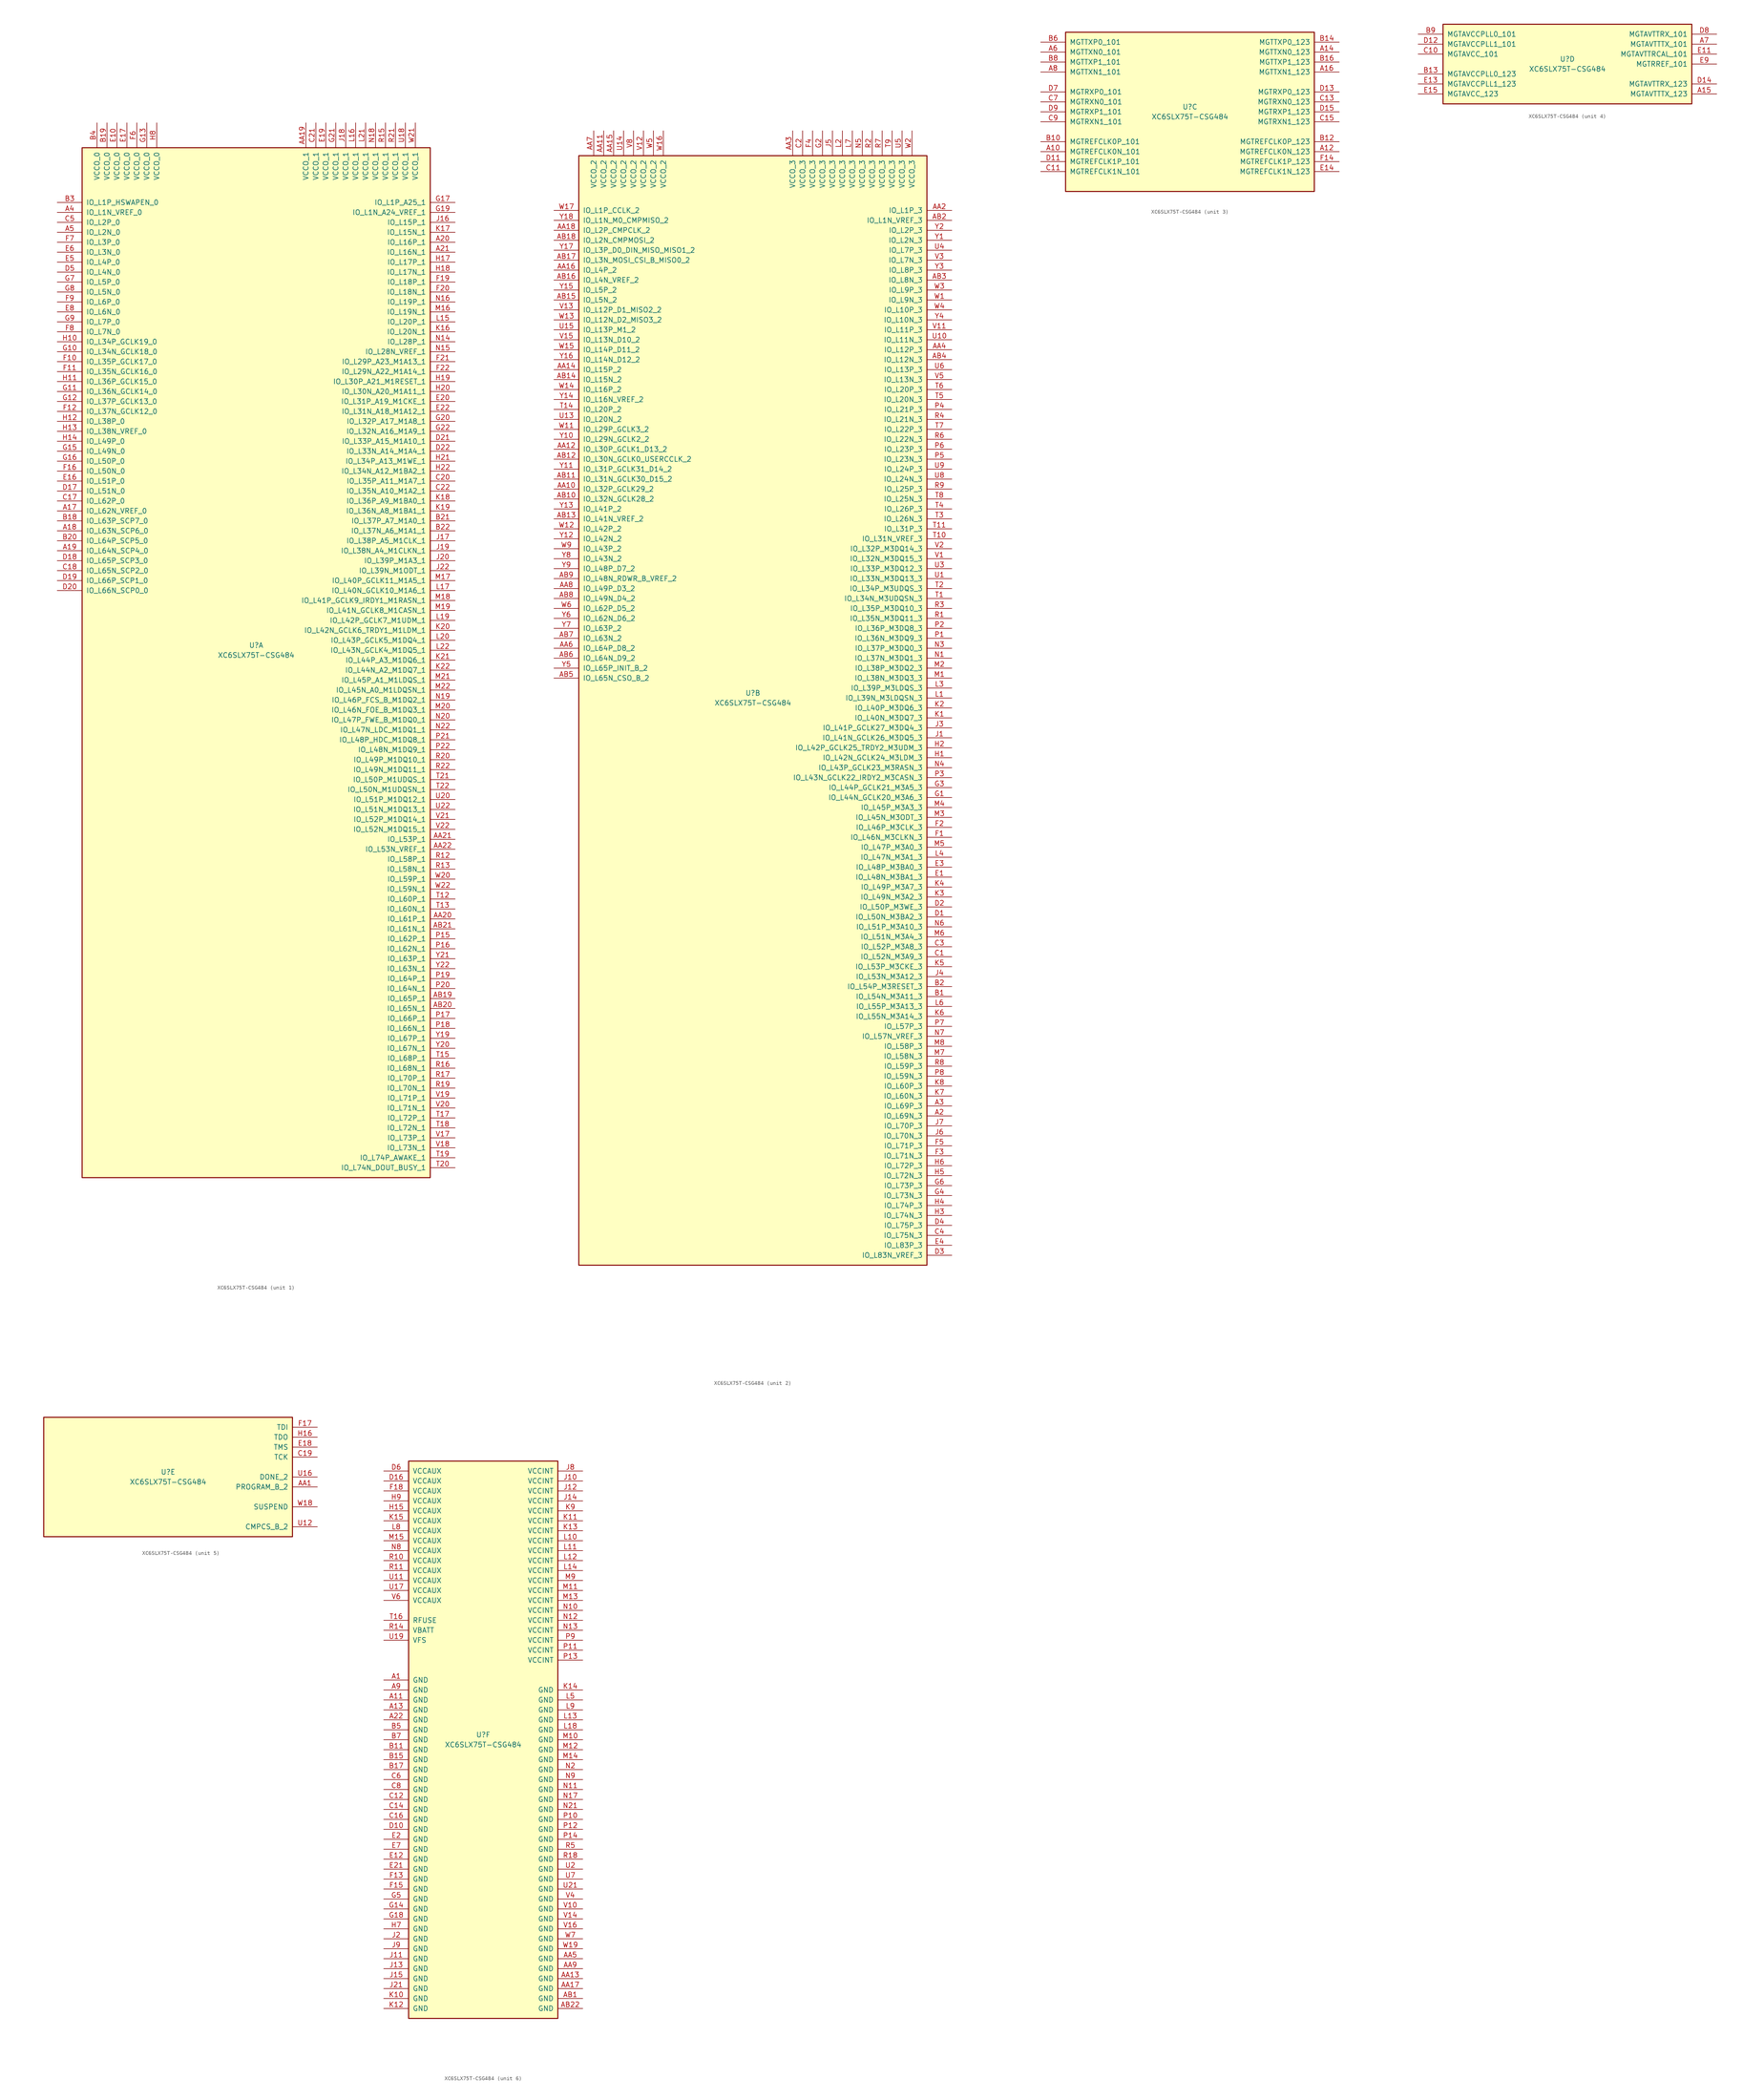
<source format=kicad_sym>
(kicad_symbol_lib
  (version 20220914)
  (generator kicad_symbol_editor)
  (symbol "XC6SLX75T-CSG484"
    (pin_names
      (offset 1.016))
    (property "Reference" "U"
      (at 0 1.27 0)
      (effects (font (size 1.27 1.27))))
    (property "Value" "XC6SLX75T-CSG484"
      (at 0 -1.27 0)
      (effects (font (size 1.27 1.27))))
    (property "Datasheet" ""
      (at 0 0 0)
      (effects (font (size 1.27 1.27))))
    (property "ki_locked" ""
      (at 0 0 0)
      (effects (font (size 1.27 1.27))))
    (symbol "XC6SLX75T-CSG484_1_1"
      (rectangle (start -44.45 128.27) (end 44.45 -134.62) (stroke (width 0.254) (type default)) (fill (type background)))
      (pin bidirectional line (at -50.8 35.56 0) (length 6.35) (name "IO_L62N_VREF_0" (effects (font (size 1.27 1.27)))) (number "A17" (effects (font (size 1.27 1.27)))))
      (pin bidirectional line (at -50.8 30.48 0) (length 6.35) (name "IO_L63N_SCP6_0" (effects (font (size 1.27 1.27)))) (number "A18" (effects (font (size 1.27 1.27)))))
      (pin bidirectional line (at -50.8 25.4 0) (length 6.35) (name "IO_L64N_SCP4_0" (effects (font (size 1.27 1.27)))) (number "A19" (effects (font (size 1.27 1.27)))))
      (pin bidirectional line (at 50.8 104.14 180) (length 6.35) (name "IO_L16P_1" (effects (font (size 1.27 1.27)))) (number "A20" (effects (font (size 1.27 1.27)))))
      (pin bidirectional line (at 50.8 101.6 180) (length 6.35) (name "IO_L16N_1" (effects (font (size 1.27 1.27)))) (number "A21" (effects (font (size 1.27 1.27)))))
      (pin bidirectional line (at -50.8 111.76 0) (length 6.35) (name "IO_L1N_VREF_0" (effects (font (size 1.27 1.27)))) (number "A4" (effects (font (size 1.27 1.27)))))
      (pin bidirectional line (at -50.8 106.68 0) (length 6.35) (name "IO_L2N_0" (effects (font (size 1.27 1.27)))) (number "A5" (effects (font (size 1.27 1.27)))))
      (pin power_in line (at 12.7 134.62 270) (length 6.35) (name "VCCO_1" (effects (font (size 1.27 1.27)))) (number "AA19" (effects (font (size 1.27 1.27)))))
      (pin bidirectional line (at 50.8 -68.58 180) (length 6.35) (name "IO_L61P_1" (effects (font (size 1.27 1.27)))) (number "AA20" (effects (font (size 1.27 1.27)))))
      (pin bidirectional line (at 50.8 -48.26 180) (length 6.35) (name "IO_L53P_1" (effects (font (size 1.27 1.27)))) (number "AA21" (effects (font (size 1.27 1.27)))))
      (pin bidirectional line (at 50.8 -50.8 180) (length 6.35) (name "IO_L53N_VREF_1" (effects (font (size 1.27 1.27)))) (number "AA22" (effects (font (size 1.27 1.27)))))
      (pin bidirectional line (at 50.8 -88.9 180) (length 6.35) (name "IO_L65P_1" (effects (font (size 1.27 1.27)))) (number "AB19" (effects (font (size 1.27 1.27)))))
      (pin bidirectional line (at 50.8 -91.44 180) (length 6.35) (name "IO_L65N_1" (effects (font (size 1.27 1.27)))) (number "AB20" (effects (font (size 1.27 1.27)))))
      (pin bidirectional line (at 50.8 -71.12 180) (length 6.35) (name "IO_L61N_1" (effects (font (size 1.27 1.27)))) (number "AB21" (effects (font (size 1.27 1.27)))))
      (pin bidirectional line (at -50.8 33.02 0) (length 6.35) (name "IO_L63P_SCP7_0" (effects (font (size 1.27 1.27)))) (number "B18" (effects (font (size 1.27 1.27)))))
      (pin power_in line (at -38.1 134.62 270) (length 6.35) (name "VCCO_0" (effects (font (size 1.27 1.27)))) (number "B19" (effects (font (size 1.27 1.27)))))
      (pin bidirectional line (at -50.8 27.94 0) (length 6.35) (name "IO_L64P_SCP5_0" (effects (font (size 1.27 1.27)))) (number "B20" (effects (font (size 1.27 1.27)))))
      (pin bidirectional line (at 50.8 33.02 180) (length 6.35) (name "IO_L37P_A7_M1A0_1" (effects (font (size 1.27 1.27)))) (number "B21" (effects (font (size 1.27 1.27)))))
      (pin bidirectional line (at 50.8 30.48 180) (length 6.35) (name "IO_L37N_A6_M1A1_1" (effects (font (size 1.27 1.27)))) (number "B22" (effects (font (size 1.27 1.27)))))
      (pin bidirectional line (at -50.8 114.3 0) (length 6.35) (name "IO_L1P_HSWAPEN_0" (effects (font (size 1.27 1.27)))) (number "B3" (effects (font (size 1.27 1.27)))))
      (pin power_in line (at -40.64 134.62 270) (length 6.35) (name "VCCO_0" (effects (font (size 1.27 1.27)))) (number "B4" (effects (font (size 1.27 1.27)))))
      (pin bidirectional line (at -50.8 38.1 0) (length 6.35) (name "IO_L62P_0" (effects (font (size 1.27 1.27)))) (number "C17" (effects (font (size 1.27 1.27)))))
      (pin bidirectional line (at -50.8 20.32 0) (length 6.35) (name "IO_L65N_SCP2_0" (effects (font (size 1.27 1.27)))) (number "C18" (effects (font (size 1.27 1.27)))))
      (pin bidirectional line (at 50.8 43.18 180) (length 6.35) (name "IO_L35P_A11_M1A7_1" (effects (font (size 1.27 1.27)))) (number "C20" (effects (font (size 1.27 1.27)))))
      (pin power_in line (at 15.24 134.62 270) (length 6.35) (name "VCCO_1" (effects (font (size 1.27 1.27)))) (number "C21" (effects (font (size 1.27 1.27)))))
      (pin bidirectional line (at 50.8 40.64 180) (length 6.35) (name "IO_L35N_A10_M1A2_1" (effects (font (size 1.27 1.27)))) (number "C22" (effects (font (size 1.27 1.27)))))
      (pin bidirectional line (at -50.8 109.22 0) (length 6.35) (name "IO_L2P_0" (effects (font (size 1.27 1.27)))) (number "C5" (effects (font (size 1.27 1.27)))))
      (pin bidirectional line (at -50.8 40.64 0) (length 6.35) (name "IO_L51N_0" (effects (font (size 1.27 1.27)))) (number "D17" (effects (font (size 1.27 1.27)))))
      (pin bidirectional line (at -50.8 22.86 0) (length 6.35) (name "IO_L65P_SCP3_0" (effects (font (size 1.27 1.27)))) (number "D18" (effects (font (size 1.27 1.27)))))
      (pin bidirectional line (at -50.8 17.78 0) (length 6.35) (name "IO_L66P_SCP1_0" (effects (font (size 1.27 1.27)))) (number "D19" (effects (font (size 1.27 1.27)))))
      (pin bidirectional line (at -50.8 15.24 0) (length 6.35) (name "IO_L66N_SCP0_0" (effects (font (size 1.27 1.27)))) (number "D20" (effects (font (size 1.27 1.27)))))
      (pin bidirectional line (at 50.8 53.34 180) (length 6.35) (name "IO_L33P_A15_M1A10_1" (effects (font (size 1.27 1.27)))) (number "D21" (effects (font (size 1.27 1.27)))))
      (pin bidirectional line (at 50.8 50.8 180) (length 6.35) (name "IO_L33N_A14_M1A4_1" (effects (font (size 1.27 1.27)))) (number "D22" (effects (font (size 1.27 1.27)))))
      (pin bidirectional line (at -50.8 96.52 0) (length 6.35) (name "IO_L4N_0" (effects (font (size 1.27 1.27)))) (number "D5" (effects (font (size 1.27 1.27)))))
      (pin power_in line (at -35.56 134.62 270) (length 6.35) (name "VCCO_0" (effects (font (size 1.27 1.27)))) (number "E10" (effects (font (size 1.27 1.27)))))
      (pin bidirectional line (at -50.8 43.18 0) (length 6.35) (name "IO_L51P_0" (effects (font (size 1.27 1.27)))) (number "E16" (effects (font (size 1.27 1.27)))))
      (pin power_in line (at -33.02 134.62 270) (length 6.35) (name "VCCO_0" (effects (font (size 1.27 1.27)))) (number "E17" (effects (font (size 1.27 1.27)))))
      (pin power_in line (at 17.78 134.62 270) (length 6.35) (name "VCCO_1" (effects (font (size 1.27 1.27)))) (number "E19" (effects (font (size 1.27 1.27)))))
      (pin bidirectional line (at 50.8 63.5 180) (length 6.35) (name "IO_L31P_A19_M1CKE_1" (effects (font (size 1.27 1.27)))) (number "E20" (effects (font (size 1.27 1.27)))))
      (pin bidirectional line (at 50.8 60.96 180) (length 6.35) (name "IO_L31N_A18_M1A12_1" (effects (font (size 1.27 1.27)))) (number "E22" (effects (font (size 1.27 1.27)))))
      (pin bidirectional line (at -50.8 99.06 0) (length 6.35) (name "IO_L4P_0" (effects (font (size 1.27 1.27)))) (number "E5" (effects (font (size 1.27 1.27)))))
      (pin bidirectional line (at -50.8 101.6 0) (length 6.35) (name "IO_L3N_0" (effects (font (size 1.27 1.27)))) (number "E6" (effects (font (size 1.27 1.27)))))
      (pin bidirectional line (at -50.8 86.36 0) (length 6.35) (name "IO_L6N_0" (effects (font (size 1.27 1.27)))) (number "E8" (effects (font (size 1.27 1.27)))))
      (pin bidirectional line (at -50.8 73.66 0) (length 6.35) (name "IO_L35P_GCLK17_0" (effects (font (size 1.27 1.27)))) (number "F10" (effects (font (size 1.27 1.27)))))
      (pin bidirectional line (at -50.8 71.12 0) (length 6.35) (name "IO_L35N_GCLK16_0" (effects (font (size 1.27 1.27)))) (number "F11" (effects (font (size 1.27 1.27)))))
      (pin bidirectional line (at -50.8 60.96 0) (length 6.35) (name "IO_L37N_GCLK12_0" (effects (font (size 1.27 1.27)))) (number "F12" (effects (font (size 1.27 1.27)))))
      (pin bidirectional line (at -50.8 45.72 0) (length 6.35) (name "IO_L50N_0" (effects (font (size 1.27 1.27)))) (number "F16" (effects (font (size 1.27 1.27)))))
      (pin bidirectional line (at 50.8 93.98 180) (length 6.35) (name "IO_L18P_1" (effects (font (size 1.27 1.27)))) (number "F19" (effects (font (size 1.27 1.27)))))
      (pin bidirectional line (at 50.8 91.44 180) (length 6.35) (name "IO_L18N_1" (effects (font (size 1.27 1.27)))) (number "F20" (effects (font (size 1.27 1.27)))))
      (pin bidirectional line (at 50.8 73.66 180) (length 6.35) (name "IO_L29P_A23_M1A13_1" (effects (font (size 1.27 1.27)))) (number "F21" (effects (font (size 1.27 1.27)))))
      (pin bidirectional line (at 50.8 71.12 180) (length 6.35) (name "IO_L29N_A22_M1A14_1" (effects (font (size 1.27 1.27)))) (number "F22" (effects (font (size 1.27 1.27)))))
      (pin power_in line (at -30.48 134.62 270) (length 6.35) (name "VCCO_0" (effects (font (size 1.27 1.27)))) (number "F6" (effects (font (size 1.27 1.27)))))
      (pin bidirectional line (at -50.8 104.14 0) (length 6.35) (name "IO_L3P_0" (effects (font (size 1.27 1.27)))) (number "F7" (effects (font (size 1.27 1.27)))))
      (pin bidirectional line (at -50.8 81.28 0) (length 6.35) (name "IO_L7N_0" (effects (font (size 1.27 1.27)))) (number "F8" (effects (font (size 1.27 1.27)))))
      (pin bidirectional line (at -50.8 88.9 0) (length 6.35) (name "IO_L6P_0" (effects (font (size 1.27 1.27)))) (number "F9" (effects (font (size 1.27 1.27)))))
      (pin bidirectional line (at -50.8 76.2 0) (length 6.35) (name "IO_L34N_GCLK18_0" (effects (font (size 1.27 1.27)))) (number "G10" (effects (font (size 1.27 1.27)))))
      (pin bidirectional line (at -50.8 66.04 0) (length 6.35) (name "IO_L36N_GCLK14_0" (effects (font (size 1.27 1.27)))) (number "G11" (effects (font (size 1.27 1.27)))))
      (pin bidirectional line (at -50.8 63.5 0) (length 6.35) (name "IO_L37P_GCLK13_0" (effects (font (size 1.27 1.27)))) (number "G12" (effects (font (size 1.27 1.27)))))
      (pin power_in line (at -27.94 134.62 270) (length 6.35) (name "VCCO_0" (effects (font (size 1.27 1.27)))) (number "G13" (effects (font (size 1.27 1.27)))))
      (pin bidirectional line (at -50.8 50.8 0) (length 6.35) (name "IO_L49N_0" (effects (font (size 1.27 1.27)))) (number "G15" (effects (font (size 1.27 1.27)))))
      (pin bidirectional line (at -50.8 48.26 0) (length 6.35) (name "IO_L50P_0" (effects (font (size 1.27 1.27)))) (number "G16" (effects (font (size 1.27 1.27)))))
      (pin bidirectional line (at 50.8 114.3 180) (length 6.35) (name "IO_L1P_A25_1" (effects (font (size 1.27 1.27)))) (number "G17" (effects (font (size 1.27 1.27)))))
      (pin bidirectional line (at 50.8 111.76 180) (length 6.35) (name "IO_L1N_A24_VREF_1" (effects (font (size 1.27 1.27)))) (number "G19" (effects (font (size 1.27 1.27)))))
      (pin bidirectional line (at 50.8 58.42 180) (length 6.35) (name "IO_L32P_A17_M1A8_1" (effects (font (size 1.27 1.27)))) (number "G20" (effects (font (size 1.27 1.27)))))
      (pin power_in line (at 20.32 134.62 270) (length 6.35) (name "VCCO_1" (effects (font (size 1.27 1.27)))) (number "G21" (effects (font (size 1.27 1.27)))))
      (pin bidirectional line (at 50.8 55.88 180) (length 6.35) (name "IO_L32N_A16_M1A9_1" (effects (font (size 1.27 1.27)))) (number "G22" (effects (font (size 1.27 1.27)))))
      (pin bidirectional line (at -50.8 93.98 0) (length 6.35) (name "IO_L5P_0" (effects (font (size 1.27 1.27)))) (number "G7" (effects (font (size 1.27 1.27)))))
      (pin bidirectional line (at -50.8 91.44 0) (length 6.35) (name "IO_L5N_0" (effects (font (size 1.27 1.27)))) (number "G8" (effects (font (size 1.27 1.27)))))
      (pin bidirectional line (at -50.8 83.82 0) (length 6.35) (name "IO_L7P_0" (effects (font (size 1.27 1.27)))) (number "G9" (effects (font (size 1.27 1.27)))))
      (pin bidirectional line (at -50.8 78.74 0) (length 6.35) (name "IO_L34P_GCLK19_0" (effects (font (size 1.27 1.27)))) (number "H10" (effects (font (size 1.27 1.27)))))
      (pin bidirectional line (at -50.8 68.58 0) (length 6.35) (name "IO_L36P_GCLK15_0" (effects (font (size 1.27 1.27)))) (number "H11" (effects (font (size 1.27 1.27)))))
      (pin bidirectional line (at -50.8 58.42 0) (length 6.35) (name "IO_L38P_0" (effects (font (size 1.27 1.27)))) (number "H12" (effects (font (size 1.27 1.27)))))
      (pin bidirectional line (at -50.8 55.88 0) (length 6.35) (name "IO_L38N_VREF_0" (effects (font (size 1.27 1.27)))) (number "H13" (effects (font (size 1.27 1.27)))))
      (pin bidirectional line (at -50.8 53.34 0) (length 6.35) (name "IO_L49P_0" (effects (font (size 1.27 1.27)))) (number "H14" (effects (font (size 1.27 1.27)))))
      (pin bidirectional line (at 50.8 99.06 180) (length 6.35) (name "IO_L17P_1" (effects (font (size 1.27 1.27)))) (number "H17" (effects (font (size 1.27 1.27)))))
      (pin bidirectional line (at 50.8 96.52 180) (length 6.35) (name "IO_L17N_1" (effects (font (size 1.27 1.27)))) (number "H18" (effects (font (size 1.27 1.27)))))
      (pin bidirectional line (at 50.8 68.58 180) (length 6.35) (name "IO_L30P_A21_M1RESET_1" (effects (font (size 1.27 1.27)))) (number "H19" (effects (font (size 1.27 1.27)))))
      (pin bidirectional line (at 50.8 66.04 180) (length 6.35) (name "IO_L30N_A20_M1A11_1" (effects (font (size 1.27 1.27)))) (number "H20" (effects (font (size 1.27 1.27)))))
      (pin bidirectional line (at 50.8 48.26 180) (length 6.35) (name "IO_L34P_A13_M1WE_1" (effects (font (size 1.27 1.27)))) (number "H21" (effects (font (size 1.27 1.27)))))
      (pin bidirectional line (at 50.8 45.72 180) (length 6.35) (name "IO_L34N_A12_M1BA2_1" (effects (font (size 1.27 1.27)))) (number "H22" (effects (font (size 1.27 1.27)))))
      (pin power_in line (at -25.4 134.62 270) (length 6.35) (name "VCCO_0" (effects (font (size 1.27 1.27)))) (number "H8" (effects (font (size 1.27 1.27)))))
      (pin bidirectional line (at 50.8 109.22 180) (length 6.35) (name "IO_L15P_1" (effects (font (size 1.27 1.27)))) (number "J16" (effects (font (size 1.27 1.27)))))
      (pin bidirectional line (at 50.8 27.94 180) (length 6.35) (name "IO_L38P_A5_M1CLK_1" (effects (font (size 1.27 1.27)))) (number "J17" (effects (font (size 1.27 1.27)))))
      (pin power_in line (at 22.86 134.62 270) (length 6.35) (name "VCCO_1" (effects (font (size 1.27 1.27)))) (number "J18" (effects (font (size 1.27 1.27)))))
      (pin bidirectional line (at 50.8 25.4 180) (length 6.35) (name "IO_L38N_A4_M1CLKN_1" (effects (font (size 1.27 1.27)))) (number "J19" (effects (font (size 1.27 1.27)))))
      (pin bidirectional line (at 50.8 22.86 180) (length 6.35) (name "IO_L39P_M1A3_1" (effects (font (size 1.27 1.27)))) (number "J20" (effects (font (size 1.27 1.27)))))
      (pin bidirectional line (at 50.8 20.32 180) (length 6.35) (name "IO_L39N_M1ODT_1" (effects (font (size 1.27 1.27)))) (number "J22" (effects (font (size 1.27 1.27)))))
      (pin bidirectional line (at 50.8 81.28 180) (length 6.35) (name "IO_L20N_1" (effects (font (size 1.27 1.27)))) (number "K16" (effects (font (size 1.27 1.27)))))
      (pin bidirectional line (at 50.8 106.68 180) (length 6.35) (name "IO_L15N_1" (effects (font (size 1.27 1.27)))) (number "K17" (effects (font (size 1.27 1.27)))))
      (pin bidirectional line (at 50.8 38.1 180) (length 6.35) (name "IO_L36P_A9_M1BA0_1" (effects (font (size 1.27 1.27)))) (number "K18" (effects (font (size 1.27 1.27)))))
      (pin bidirectional line (at 50.8 35.56 180) (length 6.35) (name "IO_L36N_A8_M1BA1_1" (effects (font (size 1.27 1.27)))) (number "K19" (effects (font (size 1.27 1.27)))))
      (pin bidirectional line (at 50.8 5.08 180) (length 6.35) (name "IO_L42N_GCLK6_TRDY1_M1LDM_1" (effects (font (size 1.27 1.27)))) (number "K20" (effects (font (size 1.27 1.27)))))
      (pin bidirectional line (at 50.8 -2.54 180) (length 6.35) (name "IO_L44P_A3_M1DQ6_1" (effects (font (size 1.27 1.27)))) (number "K21" (effects (font (size 1.27 1.27)))))
      (pin bidirectional line (at 50.8 -5.08 180) (length 6.35) (name "IO_L44N_A2_M1DQ7_1" (effects (font (size 1.27 1.27)))) (number "K22" (effects (font (size 1.27 1.27)))))
      (pin bidirectional line (at 50.8 83.82 180) (length 6.35) (name "IO_L20P_1" (effects (font (size 1.27 1.27)))) (number "L15" (effects (font (size 1.27 1.27)))))
      (pin power_in line (at 25.4 134.62 270) (length 6.35) (name "VCCO_1" (effects (font (size 1.27 1.27)))) (number "L16" (effects (font (size 1.27 1.27)))))
      (pin bidirectional line (at 50.8 15.24 180) (length 6.35) (name "IO_L40N_GCLK10_M1A6_1" (effects (font (size 1.27 1.27)))) (number "L17" (effects (font (size 1.27 1.27)))))
      (pin bidirectional line (at 50.8 7.62 180) (length 6.35) (name "IO_L42P_GCLK7_M1UDM_1" (effects (font (size 1.27 1.27)))) (number "L19" (effects (font (size 1.27 1.27)))))
      (pin bidirectional line (at 50.8 2.54 180) (length 6.35) (name "IO_L43P_GCLK5_M1DQ4_1" (effects (font (size 1.27 1.27)))) (number "L20" (effects (font (size 1.27 1.27)))))
      (pin power_in line (at 27.94 134.62 270) (length 6.35) (name "VCCO_1" (effects (font (size 1.27 1.27)))) (number "L21" (effects (font (size 1.27 1.27)))))
      (pin bidirectional line (at 50.8 0 180) (length 6.35) (name "IO_L43N_GCLK4_M1DQ5_1" (effects (font (size 1.27 1.27)))) (number "L22" (effects (font (size 1.27 1.27)))))
      (pin bidirectional line (at 50.8 86.36 180) (length 6.35) (name "IO_L19N_1" (effects (font (size 1.27 1.27)))) (number "M16" (effects (font (size 1.27 1.27)))))
      (pin bidirectional line (at 50.8 17.78 180) (length 6.35) (name "IO_L40P_GCLK11_M1A5_1" (effects (font (size 1.27 1.27)))) (number "M17" (effects (font (size 1.27 1.27)))))
      (pin bidirectional line (at 50.8 12.7 180) (length 6.35) (name "IO_L41P_GCLK9_IRDY1_M1RASN_1" (effects (font (size 1.27 1.27)))) (number "M18" (effects (font (size 1.27 1.27)))))
      (pin bidirectional line (at 50.8 10.16 180) (length 6.35) (name "IO_L41N_GCLK8_M1CASN_1" (effects (font (size 1.27 1.27)))) (number "M19" (effects (font (size 1.27 1.27)))))
      (pin bidirectional line (at 50.8 -15.24 180) (length 6.35) (name "IO_L46N_FOE_B_M1DQ3_1" (effects (font (size 1.27 1.27)))) (number "M20" (effects (font (size 1.27 1.27)))))
      (pin bidirectional line (at 50.8 -7.62 180) (length 6.35) (name "IO_L45P_A1_M1LDQS_1" (effects (font (size 1.27 1.27)))) (number "M21" (effects (font (size 1.27 1.27)))))
      (pin bidirectional line (at 50.8 -10.16 180) (length 6.35) (name "IO_L45N_A0_M1LDQSN_1" (effects (font (size 1.27 1.27)))) (number "M22" (effects (font (size 1.27 1.27)))))
      (pin bidirectional line (at 50.8 78.74 180) (length 6.35) (name "IO_L28P_1" (effects (font (size 1.27 1.27)))) (number "N14" (effects (font (size 1.27 1.27)))))
      (pin bidirectional line (at 50.8 76.2 180) (length 6.35) (name "IO_L28N_VREF_1" (effects (font (size 1.27 1.27)))) (number "N15" (effects (font (size 1.27 1.27)))))
      (pin bidirectional line (at 50.8 88.9 180) (length 6.35) (name "IO_L19P_1" (effects (font (size 1.27 1.27)))) (number "N16" (effects (font (size 1.27 1.27)))))
      (pin power_in line (at 30.48 134.62 270) (length 6.35) (name "VCCO_1" (effects (font (size 1.27 1.27)))) (number "N18" (effects (font (size 1.27 1.27)))))
      (pin bidirectional line (at 50.8 -12.7 180) (length 6.35) (name "IO_L46P_FCS_B_M1DQ2_1" (effects (font (size 1.27 1.27)))) (number "N19" (effects (font (size 1.27 1.27)))))
      (pin bidirectional line (at 50.8 -17.78 180) (length 6.35) (name "IO_L47P_FWE_B_M1DQ0_1" (effects (font (size 1.27 1.27)))) (number "N20" (effects (font (size 1.27 1.27)))))
      (pin bidirectional line (at 50.8 -20.32 180) (length 6.35) (name "IO_L47N_LDC_M1DQ1_1" (effects (font (size 1.27 1.27)))) (number "N22" (effects (font (size 1.27 1.27)))))
      (pin bidirectional line (at 50.8 -73.66 180) (length 6.35) (name "IO_L62P_1" (effects (font (size 1.27 1.27)))) (number "P15" (effects (font (size 1.27 1.27)))))
      (pin bidirectional line (at 50.8 -76.2 180) (length 6.35) (name "IO_L62N_1" (effects (font (size 1.27 1.27)))) (number "P16" (effects (font (size 1.27 1.27)))))
      (pin bidirectional line (at 50.8 -93.98 180) (length 6.35) (name "IO_L66P_1" (effects (font (size 1.27 1.27)))) (number "P17" (effects (font (size 1.27 1.27)))))
      (pin bidirectional line (at 50.8 -96.52 180) (length 6.35) (name "IO_L66N_1" (effects (font (size 1.27 1.27)))) (number "P18" (effects (font (size 1.27 1.27)))))
      (pin bidirectional line (at 50.8 -83.82 180) (length 6.35) (name "IO_L64P_1" (effects (font (size 1.27 1.27)))) (number "P19" (effects (font (size 1.27 1.27)))))
      (pin bidirectional line (at 50.8 -86.36 180) (length 6.35) (name "IO_L64N_1" (effects (font (size 1.27 1.27)))) (number "P20" (effects (font (size 1.27 1.27)))))
      (pin bidirectional line (at 50.8 -22.86 180) (length 6.35) (name "IO_L48P_HDC_M1DQ8_1" (effects (font (size 1.27 1.27)))) (number "P21" (effects (font (size 1.27 1.27)))))
      (pin bidirectional line (at 50.8 -25.4 180) (length 6.35) (name "IO_L48N_M1DQ9_1" (effects (font (size 1.27 1.27)))) (number "P22" (effects (font (size 1.27 1.27)))))
      (pin bidirectional line (at 50.8 -53.34 180) (length 6.35) (name "IO_L58P_1" (effects (font (size 1.27 1.27)))) (number "R12" (effects (font (size 1.27 1.27)))))
      (pin bidirectional line (at 50.8 -55.88 180) (length 6.35) (name "IO_L58N_1" (effects (font (size 1.27 1.27)))) (number "R13" (effects (font (size 1.27 1.27)))))
      (pin power_in line (at 33.02 134.62 270) (length 6.35) (name "VCCO_1" (effects (font (size 1.27 1.27)))) (number "R15" (effects (font (size 1.27 1.27)))))
      (pin bidirectional line (at 50.8 -106.68 180) (length 6.35) (name "IO_L68N_1" (effects (font (size 1.27 1.27)))) (number "R16" (effects (font (size 1.27 1.27)))))
      (pin bidirectional line (at 50.8 -109.22 180) (length 6.35) (name "IO_L70P_1" (effects (font (size 1.27 1.27)))) (number "R17" (effects (font (size 1.27 1.27)))))
      (pin bidirectional line (at 50.8 -111.76 180) (length 6.35) (name "IO_L70N_1" (effects (font (size 1.27 1.27)))) (number "R19" (effects (font (size 1.27 1.27)))))
      (pin bidirectional line (at 50.8 -27.94 180) (length 6.35) (name "IO_L49P_M1DQ10_1" (effects (font (size 1.27 1.27)))) (number "R20" (effects (font (size 1.27 1.27)))))
      (pin power_in line (at 35.56 134.62 270) (length 6.35) (name "VCCO_1" (effects (font (size 1.27 1.27)))) (number "R21" (effects (font (size 1.27 1.27)))))
      (pin bidirectional line (at 50.8 -30.48 180) (length 6.35) (name "IO_L49N_M1DQ11_1" (effects (font (size 1.27 1.27)))) (number "R22" (effects (font (size 1.27 1.27)))))
      (pin bidirectional line (at 50.8 -63.5 180) (length 6.35) (name "IO_L60P_1" (effects (font (size 1.27 1.27)))) (number "T12" (effects (font (size 1.27 1.27)))))
      (pin bidirectional line (at 50.8 -66.04 180) (length 6.35) (name "IO_L60N_1" (effects (font (size 1.27 1.27)))) (number "T13" (effects (font (size 1.27 1.27)))))
      (pin bidirectional line (at 50.8 -104.14 180) (length 6.35) (name "IO_L68P_1" (effects (font (size 1.27 1.27)))) (number "T15" (effects (font (size 1.27 1.27)))))
      (pin bidirectional line (at 50.8 -119.38 180) (length 6.35) (name "IO_L72P_1" (effects (font (size 1.27 1.27)))) (number "T17" (effects (font (size 1.27 1.27)))))
      (pin bidirectional line (at 50.8 -121.92 180) (length 6.35) (name "IO_L72N_1" (effects (font (size 1.27 1.27)))) (number "T18" (effects (font (size 1.27 1.27)))))
      (pin bidirectional line (at 50.8 -129.54 180) (length 6.35) (name "IO_L74P_AWAKE_1" (effects (font (size 1.27 1.27)))) (number "T19" (effects (font (size 1.27 1.27)))))
      (pin bidirectional line (at 50.8 -132.08 180) (length 6.35) (name "IO_L74N_DOUT_BUSY_1" (effects (font (size 1.27 1.27)))) (number "T20" (effects (font (size 1.27 1.27)))))
      (pin bidirectional line (at 50.8 -33.02 180) (length 6.35) (name "IO_L50P_M1UDQS_1" (effects (font (size 1.27 1.27)))) (number "T21" (effects (font (size 1.27 1.27)))))
      (pin bidirectional line (at 50.8 -35.56 180) (length 6.35) (name "IO_L50N_M1UDQSN_1" (effects (font (size 1.27 1.27)))) (number "T22" (effects (font (size 1.27 1.27)))))
      (pin power_in line (at 38.1 134.62 270) (length 6.35) (name "VCCO_1" (effects (font (size 1.27 1.27)))) (number "U18" (effects (font (size 1.27 1.27)))))
      (pin bidirectional line (at 50.8 -38.1 180) (length 6.35) (name "IO_L51P_M1DQ12_1" (effects (font (size 1.27 1.27)))) (number "U20" (effects (font (size 1.27 1.27)))))
      (pin bidirectional line (at 50.8 -40.64 180) (length 6.35) (name "IO_L51N_M1DQ13_1" (effects (font (size 1.27 1.27)))) (number "U22" (effects (font (size 1.27 1.27)))))
      (pin bidirectional line (at 50.8 -124.46 180) (length 6.35) (name "IO_L73P_1" (effects (font (size 1.27 1.27)))) (number "V17" (effects (font (size 1.27 1.27)))))
      (pin bidirectional line (at 50.8 -127 180) (length 6.35) (name "IO_L73N_1" (effects (font (size 1.27 1.27)))) (number "V18" (effects (font (size 1.27 1.27)))))
      (pin bidirectional line (at 50.8 -114.3 180) (length 6.35) (name "IO_L71P_1" (effects (font (size 1.27 1.27)))) (number "V19" (effects (font (size 1.27 1.27)))))
      (pin bidirectional line (at 50.8 -116.84 180) (length 6.35) (name "IO_L71N_1" (effects (font (size 1.27 1.27)))) (number "V20" (effects (font (size 1.27 1.27)))))
      (pin bidirectional line (at 50.8 -43.18 180) (length 6.35) (name "IO_L52P_M1DQ14_1" (effects (font (size 1.27 1.27)))) (number "V21" (effects (font (size 1.27 1.27)))))
      (pin bidirectional line (at 50.8 -45.72 180) (length 6.35) (name "IO_L52N_M1DQ15_1" (effects (font (size 1.27 1.27)))) (number "V22" (effects (font (size 1.27 1.27)))))
      (pin bidirectional line (at 50.8 -58.42 180) (length 6.35) (name "IO_L59P_1" (effects (font (size 1.27 1.27)))) (number "W20" (effects (font (size 1.27 1.27)))))
      (pin power_in line (at 40.64 134.62 270) (length 6.35) (name "VCCO_1" (effects (font (size 1.27 1.27)))) (number "W21" (effects (font (size 1.27 1.27)))))
      (pin bidirectional line (at 50.8 -60.96 180) (length 6.35) (name "IO_L59N_1" (effects (font (size 1.27 1.27)))) (number "W22" (effects (font (size 1.27 1.27)))))
      (pin bidirectional line (at 50.8 -99.06 180) (length 6.35) (name "IO_L67P_1" (effects (font (size 1.27 1.27)))) (number "Y19" (effects (font (size 1.27 1.27)))))
      (pin bidirectional line (at 50.8 -101.6 180) (length 6.35) (name "IO_L67N_1" (effects (font (size 1.27 1.27)))) (number "Y20" (effects (font (size 1.27 1.27)))))
      (pin bidirectional line (at 50.8 -78.74 180) (length 6.35) (name "IO_L63P_1" (effects (font (size 1.27 1.27)))) (number "Y21" (effects (font (size 1.27 1.27)))))
      (pin bidirectional line (at 50.8 -81.28 180) (length 6.35) (name "IO_L63N_1" (effects (font (size 1.27 1.27)))) (number "Y22" (effects (font (size 1.27 1.27))))))
    (symbol "XC6SLX75T-CSG484_2_1"
      (rectangle (start -44.45 138.43) (end 44.45 -144.78) (stroke (width 0.254) (type default)) (fill (type background)))
      (pin bidirectional line (at 50.8 -106.68 180) (length 6.35) (name "IO_L69N_3" (effects (font (size 1.27 1.27)))) (number "A2" (effects (font (size 1.27 1.27)))))
      (pin bidirectional line (at 50.8 -104.14 180) (length 6.35) (name "IO_L69P_3" (effects (font (size 1.27 1.27)))) (number "A3" (effects (font (size 1.27 1.27)))))
      (pin bidirectional line (at -50.8 53.34 0) (length 6.35) (name "IO_L32P_GCLK29_2" (effects (font (size 1.27 1.27)))) (number "AA10" (effects (font (size 1.27 1.27)))))
      (pin power_in line (at -38.1 144.78 270) (length 6.35) (name "VCCO_2" (effects (font (size 1.27 1.27)))) (number "AA11" (effects (font (size 1.27 1.27)))))
      (pin bidirectional line (at -50.8 63.5 0) (length 6.35) (name "IO_L30P_GCLK1_D13_2" (effects (font (size 1.27 1.27)))) (number "AA12" (effects (font (size 1.27 1.27)))))
      (pin bidirectional line (at -50.8 83.82 0) (length 6.35) (name "IO_L15P_2" (effects (font (size 1.27 1.27)))) (number "AA14" (effects (font (size 1.27 1.27)))))
      (pin power_in line (at -35.56 144.78 270) (length 6.35) (name "VCCO_2" (effects (font (size 1.27 1.27)))) (number "AA15" (effects (font (size 1.27 1.27)))))
      (pin bidirectional line (at -50.8 109.22 0) (length 6.35) (name "IO_L4P_2" (effects (font (size 1.27 1.27)))) (number "AA16" (effects (font (size 1.27 1.27)))))
      (pin bidirectional line (at -50.8 119.38 0) (length 6.35) (name "IO_L2P_CMPCLK_2" (effects (font (size 1.27 1.27)))) (number "AA18" (effects (font (size 1.27 1.27)))))
      (pin bidirectional line (at 50.8 124.46 180) (length 6.35) (name "IO_L1P_3" (effects (font (size 1.27 1.27)))) (number "AA2" (effects (font (size 1.27 1.27)))))
      (pin power_in line (at 10.16 144.78 270) (length 6.35) (name "VCCO_3" (effects (font (size 1.27 1.27)))) (number "AA3" (effects (font (size 1.27 1.27)))))
      (pin bidirectional line (at 50.8 88.9 180) (length 6.35) (name "IO_L12P_3" (effects (font (size 1.27 1.27)))) (number "AA4" (effects (font (size 1.27 1.27)))))
      (pin bidirectional line (at -50.8 12.7 0) (length 6.35) (name "IO_L64P_D8_2" (effects (font (size 1.27 1.27)))) (number "AA6" (effects (font (size 1.27 1.27)))))
      (pin power_in line (at -40.64 144.78 270) (length 6.35) (name "VCCO_2" (effects (font (size 1.27 1.27)))) (number "AA7" (effects (font (size 1.27 1.27)))))
      (pin bidirectional line (at -50.8 27.94 0) (length 6.35) (name "IO_L49P_D3_2" (effects (font (size 1.27 1.27)))) (number "AA8" (effects (font (size 1.27 1.27)))))
      (pin bidirectional line (at -50.8 50.8 0) (length 6.35) (name "IO_L32N_GCLK28_2" (effects (font (size 1.27 1.27)))) (number "AB10" (effects (font (size 1.27 1.27)))))
      (pin bidirectional line (at -50.8 55.88 0) (length 6.35) (name "IO_L31N_GCLK30_D15_2" (effects (font (size 1.27 1.27)))) (number "AB11" (effects (font (size 1.27 1.27)))))
      (pin bidirectional line (at -50.8 60.96 0) (length 6.35) (name "IO_L30N_GCLK0_USERCCLK_2" (effects (font (size 1.27 1.27)))) (number "AB12" (effects (font (size 1.27 1.27)))))
      (pin bidirectional line (at -50.8 45.72 0) (length 6.35) (name "IO_L41N_VREF_2" (effects (font (size 1.27 1.27)))) (number "AB13" (effects (font (size 1.27 1.27)))))
      (pin bidirectional line (at -50.8 81.28 0) (length 6.35) (name "IO_L15N_2" (effects (font (size 1.27 1.27)))) (number "AB14" (effects (font (size 1.27 1.27)))))
      (pin bidirectional line (at -50.8 101.6 0) (length 6.35) (name "IO_L5N_2" (effects (font (size 1.27 1.27)))) (number "AB15" (effects (font (size 1.27 1.27)))))
      (pin bidirectional line (at -50.8 106.68 0) (length 6.35) (name "IO_L4N_VREF_2" (effects (font (size 1.27 1.27)))) (number "AB16" (effects (font (size 1.27 1.27)))))
      (pin bidirectional line (at -50.8 111.76 0) (length 6.35) (name "IO_L3N_MOSI_CSI_B_MISO0_2" (effects (font (size 1.27 1.27)))) (number "AB17" (effects (font (size 1.27 1.27)))))
      (pin bidirectional line (at -50.8 116.84 0) (length 6.35) (name "IO_L2N_CMPMOSI_2" (effects (font (size 1.27 1.27)))) (number "AB18" (effects (font (size 1.27 1.27)))))
      (pin bidirectional line (at 50.8 121.92 180) (length 6.35) (name "IO_L1N_VREF_3" (effects (font (size 1.27 1.27)))) (number "AB2" (effects (font (size 1.27 1.27)))))
      (pin bidirectional line (at 50.8 106.68 180) (length 6.35) (name "IO_L8N_3" (effects (font (size 1.27 1.27)))) (number "AB3" (effects (font (size 1.27 1.27)))))
      (pin bidirectional line (at 50.8 86.36 180) (length 6.35) (name "IO_L12N_3" (effects (font (size 1.27 1.27)))) (number "AB4" (effects (font (size 1.27 1.27)))))
      (pin bidirectional line (at -50.8 5.08 0) (length 6.35) (name "IO_L65N_CSO_B_2" (effects (font (size 1.27 1.27)))) (number "AB5" (effects (font (size 1.27 1.27)))))
      (pin bidirectional line (at -50.8 10.16 0) (length 6.35) (name "IO_L64N_D9_2" (effects (font (size 1.27 1.27)))) (number "AB6" (effects (font (size 1.27 1.27)))))
      (pin bidirectional line (at -50.8 15.24 0) (length 6.35) (name "IO_L63N_2" (effects (font (size 1.27 1.27)))) (number "AB7" (effects (font (size 1.27 1.27)))))
      (pin bidirectional line (at -50.8 25.4 0) (length 6.35) (name "IO_L49N_D4_2" (effects (font (size 1.27 1.27)))) (number "AB8" (effects (font (size 1.27 1.27)))))
      (pin bidirectional line (at -50.8 30.48 0) (length 6.35) (name "IO_L48N_RDWR_B_VREF_2" (effects (font (size 1.27 1.27)))) (number "AB9" (effects (font (size 1.27 1.27)))))
      (pin bidirectional line (at 50.8 -76.2 180) (length 6.35) (name "IO_L54N_M3A11_3" (effects (font (size 1.27 1.27)))) (number "B1" (effects (font (size 1.27 1.27)))))
      (pin bidirectional line (at 50.8 -73.66 180) (length 6.35) (name "IO_L54P_M3RESET_3" (effects (font (size 1.27 1.27)))) (number "B2" (effects (font (size 1.27 1.27)))))
      (pin bidirectional line (at 50.8 -66.04 180) (length 6.35) (name "IO_L52N_M3A9_3" (effects (font (size 1.27 1.27)))) (number "C1" (effects (font (size 1.27 1.27)))))
      (pin power_in line (at 12.7 144.78 270) (length 6.35) (name "VCCO_3" (effects (font (size 1.27 1.27)))) (number "C2" (effects (font (size 1.27 1.27)))))
      (pin bidirectional line (at 50.8 -63.5 180) (length 6.35) (name "IO_L52P_M3A8_3" (effects (font (size 1.27 1.27)))) (number "C3" (effects (font (size 1.27 1.27)))))
      (pin bidirectional line (at 50.8 -137.16 180) (length 6.35) (name "IO_L75N_3" (effects (font (size 1.27 1.27)))) (number "C4" (effects (font (size 1.27 1.27)))))
      (pin bidirectional line (at 50.8 -55.88 180) (length 6.35) (name "IO_L50N_M3BA2_3" (effects (font (size 1.27 1.27)))) (number "D1" (effects (font (size 1.27 1.27)))))
      (pin bidirectional line (at 50.8 -53.34 180) (length 6.35) (name "IO_L50P_M3WE_3" (effects (font (size 1.27 1.27)))) (number "D2" (effects (font (size 1.27 1.27)))))
      (pin bidirectional line (at 50.8 -142.24 180) (length 6.35) (name "IO_L83N_VREF_3" (effects (font (size 1.27 1.27)))) (number "D3" (effects (font (size 1.27 1.27)))))
      (pin bidirectional line (at 50.8 -134.62 180) (length 6.35) (name "IO_L75P_3" (effects (font (size 1.27 1.27)))) (number "D4" (effects (font (size 1.27 1.27)))))
      (pin bidirectional line (at 50.8 -45.72 180) (length 6.35) (name "IO_L48N_M3BA1_3" (effects (font (size 1.27 1.27)))) (number "E1" (effects (font (size 1.27 1.27)))))
      (pin bidirectional line (at 50.8 -43.18 180) (length 6.35) (name "IO_L48P_M3BA0_3" (effects (font (size 1.27 1.27)))) (number "E3" (effects (font (size 1.27 1.27)))))
      (pin bidirectional line (at 50.8 -139.7 180) (length 6.35) (name "IO_L83P_3" (effects (font (size 1.27 1.27)))) (number "E4" (effects (font (size 1.27 1.27)))))
      (pin bidirectional line (at 50.8 -35.56 180) (length 6.35) (name "IO_L46N_M3CLKN_3" (effects (font (size 1.27 1.27)))) (number "F1" (effects (font (size 1.27 1.27)))))
      (pin bidirectional line (at 50.8 -33.02 180) (length 6.35) (name "IO_L46P_M3CLK_3" (effects (font (size 1.27 1.27)))) (number "F2" (effects (font (size 1.27 1.27)))))
      (pin bidirectional line (at 50.8 -116.84 180) (length 6.35) (name "IO_L71N_3" (effects (font (size 1.27 1.27)))) (number "F3" (effects (font (size 1.27 1.27)))))
      (pin power_in line (at 15.24 144.78 270) (length 6.35) (name "VCCO_3" (effects (font (size 1.27 1.27)))) (number "F4" (effects (font (size 1.27 1.27)))))
      (pin bidirectional line (at 50.8 -114.3 180) (length 6.35) (name "IO_L71P_3" (effects (font (size 1.27 1.27)))) (number "F5" (effects (font (size 1.27 1.27)))))
      (pin bidirectional line (at 50.8 -25.4 180) (length 6.35) (name "IO_L44N_GCLK20_M3A6_3" (effects (font (size 1.27 1.27)))) (number "G1" (effects (font (size 1.27 1.27)))))
      (pin power_in line (at 17.78 144.78 270) (length 6.35) (name "VCCO_3" (effects (font (size 1.27 1.27)))) (number "G2" (effects (font (size 1.27 1.27)))))
      (pin bidirectional line (at 50.8 -22.86 180) (length 6.35) (name "IO_L44P_GCLK21_M3A5_3" (effects (font (size 1.27 1.27)))) (number "G3" (effects (font (size 1.27 1.27)))))
      (pin bidirectional line (at 50.8 -127 180) (length 6.35) (name "IO_L73N_3" (effects (font (size 1.27 1.27)))) (number "G4" (effects (font (size 1.27 1.27)))))
      (pin bidirectional line (at 50.8 -124.46 180) (length 6.35) (name "IO_L73P_3" (effects (font (size 1.27 1.27)))) (number "G6" (effects (font (size 1.27 1.27)))))
      (pin bidirectional line (at 50.8 -15.24 180) (length 6.35) (name "IO_L42N_GCLK24_M3LDM_3" (effects (font (size 1.27 1.27)))) (number "H1" (effects (font (size 1.27 1.27)))))
      (pin bidirectional line (at 50.8 -12.7 180) (length 6.35) (name "IO_L42P_GCLK25_TRDY2_M3UDM_3" (effects (font (size 1.27 1.27)))) (number "H2" (effects (font (size 1.27 1.27)))))
      (pin bidirectional line (at 50.8 -132.08 180) (length 6.35) (name "IO_L74N_3" (effects (font (size 1.27 1.27)))) (number "H3" (effects (font (size 1.27 1.27)))))
      (pin bidirectional line (at 50.8 -129.54 180) (length 6.35) (name "IO_L74P_3" (effects (font (size 1.27 1.27)))) (number "H4" (effects (font (size 1.27 1.27)))))
      (pin bidirectional line (at 50.8 -121.92 180) (length 6.35) (name "IO_L72N_3" (effects (font (size 1.27 1.27)))) (number "H5" (effects (font (size 1.27 1.27)))))
      (pin bidirectional line (at 50.8 -119.38 180) (length 6.35) (name "IO_L72P_3" (effects (font (size 1.27 1.27)))) (number "H6" (effects (font (size 1.27 1.27)))))
      (pin bidirectional line (at 50.8 -10.16 180) (length 6.35) (name "IO_L41N_GCLK26_M3DQ5_3" (effects (font (size 1.27 1.27)))) (number "J1" (effects (font (size 1.27 1.27)))))
      (pin bidirectional line (at 50.8 -7.62 180) (length 6.35) (name "IO_L41P_GCLK27_M3DQ4_3" (effects (font (size 1.27 1.27)))) (number "J3" (effects (font (size 1.27 1.27)))))
      (pin bidirectional line (at 50.8 -71.12 180) (length 6.35) (name "IO_L53N_M3A12_3" (effects (font (size 1.27 1.27)))) (number "J4" (effects (font (size 1.27 1.27)))))
      (pin power_in line (at 20.32 144.78 270) (length 6.35) (name "VCCO_3" (effects (font (size 1.27 1.27)))) (number "J5" (effects (font (size 1.27 1.27)))))
      (pin bidirectional line (at 50.8 -111.76 180) (length 6.35) (name "IO_L70N_3" (effects (font (size 1.27 1.27)))) (number "J6" (effects (font (size 1.27 1.27)))))
      (pin bidirectional line (at 50.8 -109.22 180) (length 6.35) (name "IO_L70P_3" (effects (font (size 1.27 1.27)))) (number "J7" (effects (font (size 1.27 1.27)))))
      (pin bidirectional line (at 50.8 -5.08 180) (length 6.35) (name "IO_L40N_M3DQ7_3" (effects (font (size 1.27 1.27)))) (number "K1" (effects (font (size 1.27 1.27)))))
      (pin bidirectional line (at 50.8 -2.54 180) (length 6.35) (name "IO_L40P_M3DQ6_3" (effects (font (size 1.27 1.27)))) (number "K2" (effects (font (size 1.27 1.27)))))
      (pin bidirectional line (at 50.8 -50.8 180) (length 6.35) (name "IO_L49N_M3A2_3" (effects (font (size 1.27 1.27)))) (number "K3" (effects (font (size 1.27 1.27)))))
      (pin bidirectional line (at 50.8 -48.26 180) (length 6.35) (name "IO_L49P_M3A7_3" (effects (font (size 1.27 1.27)))) (number "K4" (effects (font (size 1.27 1.27)))))
      (pin bidirectional line (at 50.8 -68.58 180) (length 6.35) (name "IO_L53P_M3CKE_3" (effects (font (size 1.27 1.27)))) (number "K5" (effects (font (size 1.27 1.27)))))
      (pin bidirectional line (at 50.8 -81.28 180) (length 6.35) (name "IO_L55N_M3A14_3" (effects (font (size 1.27 1.27)))) (number "K6" (effects (font (size 1.27 1.27)))))
      (pin bidirectional line (at 50.8 -101.6 180) (length 6.35) (name "IO_L60N_3" (effects (font (size 1.27 1.27)))) (number "K7" (effects (font (size 1.27 1.27)))))
      (pin bidirectional line (at 50.8 -99.06 180) (length 6.35) (name "IO_L60P_3" (effects (font (size 1.27 1.27)))) (number "K8" (effects (font (size 1.27 1.27)))))
      (pin bidirectional line (at 50.8 0 180) (length 6.35) (name "IO_L39N_M3LDQSN_3" (effects (font (size 1.27 1.27)))) (number "L1" (effects (font (size 1.27 1.27)))))
      (pin power_in line (at 22.86 144.78 270) (length 6.35) (name "VCCO_3" (effects (font (size 1.27 1.27)))) (number "L2" (effects (font (size 1.27 1.27)))))
      (pin bidirectional line (at 50.8 2.54 180) (length 6.35) (name "IO_L39P_M3LDQS_3" (effects (font (size 1.27 1.27)))) (number "L3" (effects (font (size 1.27 1.27)))))
      (pin bidirectional line (at 50.8 -40.64 180) (length 6.35) (name "IO_L47N_M3A1_3" (effects (font (size 1.27 1.27)))) (number "L4" (effects (font (size 1.27 1.27)))))
      (pin bidirectional line (at 50.8 -78.74 180) (length 6.35) (name "IO_L55P_M3A13_3" (effects (font (size 1.27 1.27)))) (number "L6" (effects (font (size 1.27 1.27)))))
      (pin power_in line (at 25.4 144.78 270) (length 6.35) (name "VCCO_3" (effects (font (size 1.27 1.27)))) (number "L7" (effects (font (size 1.27 1.27)))))
      (pin bidirectional line (at 50.8 5.08 180) (length 6.35) (name "IO_L38N_M3DQ3_3" (effects (font (size 1.27 1.27)))) (number "M1" (effects (font (size 1.27 1.27)))))
      (pin bidirectional line (at 50.8 7.62 180) (length 6.35) (name "IO_L38P_M3DQ2_3" (effects (font (size 1.27 1.27)))) (number "M2" (effects (font (size 1.27 1.27)))))
      (pin bidirectional line (at 50.8 -30.48 180) (length 6.35) (name "IO_L45N_M3ODT_3" (effects (font (size 1.27 1.27)))) (number "M3" (effects (font (size 1.27 1.27)))))
      (pin bidirectional line (at 50.8 -27.94 180) (length 6.35) (name "IO_L45P_M3A3_3" (effects (font (size 1.27 1.27)))) (number "M4" (effects (font (size 1.27 1.27)))))
      (pin bidirectional line (at 50.8 -38.1 180) (length 6.35) (name "IO_L47P_M3A0_3" (effects (font (size 1.27 1.27)))) (number "M5" (effects (font (size 1.27 1.27)))))
      (pin bidirectional line (at 50.8 -60.96 180) (length 6.35) (name "IO_L51N_M3A4_3" (effects (font (size 1.27 1.27)))) (number "M6" (effects (font (size 1.27 1.27)))))
      (pin bidirectional line (at 50.8 -91.44 180) (length 6.35) (name "IO_L58N_3" (effects (font (size 1.27 1.27)))) (number "M7" (effects (font (size 1.27 1.27)))))
      (pin bidirectional line (at 50.8 -88.9 180) (length 6.35) (name "IO_L58P_3" (effects (font (size 1.27 1.27)))) (number "M8" (effects (font (size 1.27 1.27)))))
      (pin bidirectional line (at 50.8 10.16 180) (length 6.35) (name "IO_L37N_M3DQ1_3" (effects (font (size 1.27 1.27)))) (number "N1" (effects (font (size 1.27 1.27)))))
      (pin bidirectional line (at 50.8 12.7 180) (length 6.35) (name "IO_L37P_M3DQ0_3" (effects (font (size 1.27 1.27)))) (number "N3" (effects (font (size 1.27 1.27)))))
      (pin bidirectional line (at 50.8 -17.78 180) (length 6.35) (name "IO_L43P_GCLK23_M3RASN_3" (effects (font (size 1.27 1.27)))) (number "N4" (effects (font (size 1.27 1.27)))))
      (pin power_in line (at 27.94 144.78 270) (length 6.35) (name "VCCO_3" (effects (font (size 1.27 1.27)))) (number "N5" (effects (font (size 1.27 1.27)))))
      (pin bidirectional line (at 50.8 -58.42 180) (length 6.35) (name "IO_L51P_M3A10_3" (effects (font (size 1.27 1.27)))) (number "N6" (effects (font (size 1.27 1.27)))))
      (pin bidirectional line (at 50.8 -86.36 180) (length 6.35) (name "IO_L57N_VREF_3" (effects (font (size 1.27 1.27)))) (number "N7" (effects (font (size 1.27 1.27)))))
      (pin bidirectional line (at 50.8 15.24 180) (length 6.35) (name "IO_L36N_M3DQ9_3" (effects (font (size 1.27 1.27)))) (number "P1" (effects (font (size 1.27 1.27)))))
      (pin bidirectional line (at 50.8 17.78 180) (length 6.35) (name "IO_L36P_M3DQ8_3" (effects (font (size 1.27 1.27)))) (number "P2" (effects (font (size 1.27 1.27)))))
      (pin bidirectional line (at 50.8 -20.32 180) (length 6.35) (name "IO_L43N_GCLK22_IRDY2_M3CASN_3" (effects (font (size 1.27 1.27)))) (number "P3" (effects (font (size 1.27 1.27)))))
      (pin bidirectional line (at 50.8 73.66 180) (length 6.35) (name "IO_L21P_3" (effects (font (size 1.27 1.27)))) (number "P4" (effects (font (size 1.27 1.27)))))
      (pin bidirectional line (at 50.8 60.96 180) (length 6.35) (name "IO_L23N_3" (effects (font (size 1.27 1.27)))) (number "P5" (effects (font (size 1.27 1.27)))))
      (pin bidirectional line (at 50.8 63.5 180) (length 6.35) (name "IO_L23P_3" (effects (font (size 1.27 1.27)))) (number "P6" (effects (font (size 1.27 1.27)))))
      (pin bidirectional line (at 50.8 -83.82 180) (length 6.35) (name "IO_L57P_3" (effects (font (size 1.27 1.27)))) (number "P7" (effects (font (size 1.27 1.27)))))
      (pin bidirectional line (at 50.8 -96.52 180) (length 6.35) (name "IO_L59N_3" (effects (font (size 1.27 1.27)))) (number "P8" (effects (font (size 1.27 1.27)))))
      (pin bidirectional line (at 50.8 20.32 180) (length 6.35) (name "IO_L35N_M3DQ11_3" (effects (font (size 1.27 1.27)))) (number "R1" (effects (font (size 1.27 1.27)))))
      (pin power_in line (at 30.48 144.78 270) (length 6.35) (name "VCCO_3" (effects (font (size 1.27 1.27)))) (number "R2" (effects (font (size 1.27 1.27)))))
      (pin bidirectional line (at 50.8 22.86 180) (length 6.35) (name "IO_L35P_M3DQ10_3" (effects (font (size 1.27 1.27)))) (number "R3" (effects (font (size 1.27 1.27)))))
      (pin bidirectional line (at 50.8 71.12 180) (length 6.35) (name "IO_L21N_3" (effects (font (size 1.27 1.27)))) (number "R4" (effects (font (size 1.27 1.27)))))
      (pin bidirectional line (at 50.8 66.04 180) (length 6.35) (name "IO_L22N_3" (effects (font (size 1.27 1.27)))) (number "R6" (effects (font (size 1.27 1.27)))))
      (pin power_in line (at 33.02 144.78 270) (length 6.35) (name "VCCO_3" (effects (font (size 1.27 1.27)))) (number "R7" (effects (font (size 1.27 1.27)))))
      (pin bidirectional line (at 50.8 -93.98 180) (length 6.35) (name "IO_L59P_3" (effects (font (size 1.27 1.27)))) (number "R8" (effects (font (size 1.27 1.27)))))
      (pin bidirectional line (at 50.8 53.34 180) (length 6.35) (name "IO_L25P_3" (effects (font (size 1.27 1.27)))) (number "R9" (effects (font (size 1.27 1.27)))))
      (pin bidirectional line (at 50.8 25.4 180) (length 6.35) (name "IO_L34N_M3UDQSN_3" (effects (font (size 1.27 1.27)))) (number "T1" (effects (font (size 1.27 1.27)))))
      (pin bidirectional line (at 50.8 40.64 180) (length 6.35) (name "IO_L31N_VREF_3" (effects (font (size 1.27 1.27)))) (number "T10" (effects (font (size 1.27 1.27)))))
      (pin bidirectional line (at 50.8 43.18 180) (length 6.35) (name "IO_L31P_3" (effects (font (size 1.27 1.27)))) (number "T11" (effects (font (size 1.27 1.27)))))
      (pin bidirectional line (at -50.8 73.66 0) (length 6.35) (name "IO_L20P_2" (effects (font (size 1.27 1.27)))) (number "T14" (effects (font (size 1.27 1.27)))))
      (pin bidirectional line (at 50.8 27.94 180) (length 6.35) (name "IO_L34P_M3UDQS_3" (effects (font (size 1.27 1.27)))) (number "T2" (effects (font (size 1.27 1.27)))))
      (pin bidirectional line (at 50.8 45.72 180) (length 6.35) (name "IO_L26N_3" (effects (font (size 1.27 1.27)))) (number "T3" (effects (font (size 1.27 1.27)))))
      (pin bidirectional line (at 50.8 48.26 180) (length 6.35) (name "IO_L26P_3" (effects (font (size 1.27 1.27)))) (number "T4" (effects (font (size 1.27 1.27)))))
      (pin bidirectional line (at 50.8 76.2 180) (length 6.35) (name "IO_L20N_3" (effects (font (size 1.27 1.27)))) (number "T5" (effects (font (size 1.27 1.27)))))
      (pin bidirectional line (at 50.8 78.74 180) (length 6.35) (name "IO_L20P_3" (effects (font (size 1.27 1.27)))) (number "T6" (effects (font (size 1.27 1.27)))))
      (pin bidirectional line (at 50.8 68.58 180) (length 6.35) (name "IO_L22P_3" (effects (font (size 1.27 1.27)))) (number "T7" (effects (font (size 1.27 1.27)))))
      (pin bidirectional line (at 50.8 50.8 180) (length 6.35) (name "IO_L25N_3" (effects (font (size 1.27 1.27)))) (number "T8" (effects (font (size 1.27 1.27)))))
      (pin power_in line (at 35.56 144.78 270) (length 6.35) (name "VCCO_3" (effects (font (size 1.27 1.27)))) (number "T9" (effects (font (size 1.27 1.27)))))
      (pin bidirectional line (at 50.8 30.48 180) (length 6.35) (name "IO_L33N_M3DQ13_3" (effects (font (size 1.27 1.27)))) (number "U1" (effects (font (size 1.27 1.27)))))
      (pin bidirectional line (at 50.8 91.44 180) (length 6.35) (name "IO_L11N_3" (effects (font (size 1.27 1.27)))) (number "U10" (effects (font (size 1.27 1.27)))))
      (pin bidirectional line (at -50.8 71.12 0) (length 6.35) (name "IO_L20N_2" (effects (font (size 1.27 1.27)))) (number "U13" (effects (font (size 1.27 1.27)))))
      (pin power_in line (at -33.02 144.78 270) (length 6.35) (name "VCCO_2" (effects (font (size 1.27 1.27)))) (number "U14" (effects (font (size 1.27 1.27)))))
      (pin bidirectional line (at -50.8 93.98 0) (length 6.35) (name "IO_L13P_M1_2" (effects (font (size 1.27 1.27)))) (number "U15" (effects (font (size 1.27 1.27)))))
      (pin bidirectional line (at 50.8 33.02 180) (length 6.35) (name "IO_L33P_M3DQ12_3" (effects (font (size 1.27 1.27)))) (number "U3" (effects (font (size 1.27 1.27)))))
      (pin bidirectional line (at 50.8 114.3 180) (length 6.35) (name "IO_L7P_3" (effects (font (size 1.27 1.27)))) (number "U4" (effects (font (size 1.27 1.27)))))
      (pin power_in line (at 38.1 144.78 270) (length 6.35) (name "VCCO_3" (effects (font (size 1.27 1.27)))) (number "U5" (effects (font (size 1.27 1.27)))))
      (pin bidirectional line (at 50.8 83.82 180) (length 6.35) (name "IO_L13P_3" (effects (font (size 1.27 1.27)))) (number "U6" (effects (font (size 1.27 1.27)))))
      (pin bidirectional line (at 50.8 55.88 180) (length 6.35) (name "IO_L24N_3" (effects (font (size 1.27 1.27)))) (number "U8" (effects (font (size 1.27 1.27)))))
      (pin bidirectional line (at 50.8 58.42 180) (length 6.35) (name "IO_L24P_3" (effects (font (size 1.27 1.27)))) (number "U9" (effects (font (size 1.27 1.27)))))
      (pin bidirectional line (at 50.8 35.56 180) (length 6.35) (name "IO_L32N_M3DQ15_3" (effects (font (size 1.27 1.27)))) (number "V1" (effects (font (size 1.27 1.27)))))
      (pin bidirectional line (at 50.8 93.98 180) (length 6.35) (name "IO_L11P_3" (effects (font (size 1.27 1.27)))) (number "V11" (effects (font (size 1.27 1.27)))))
      (pin power_in line (at -27.94 144.78 270) (length 6.35) (name "VCCO_2" (effects (font (size 1.27 1.27)))) (number "V12" (effects (font (size 1.27 1.27)))))
      (pin bidirectional line (at -50.8 99.06 0) (length 6.35) (name "IO_L12P_D1_MISO2_2" (effects (font (size 1.27 1.27)))) (number "V13" (effects (font (size 1.27 1.27)))))
      (pin bidirectional line (at -50.8 91.44 0) (length 6.35) (name "IO_L13N_D10_2" (effects (font (size 1.27 1.27)))) (number "V15" (effects (font (size 1.27 1.27)))))
      (pin bidirectional line (at 50.8 38.1 180) (length 6.35) (name "IO_L32P_M3DQ14_3" (effects (font (size 1.27 1.27)))) (number "V2" (effects (font (size 1.27 1.27)))))
      (pin bidirectional line (at 50.8 111.76 180) (length 6.35) (name "IO_L7N_3" (effects (font (size 1.27 1.27)))) (number "V3" (effects (font (size 1.27 1.27)))))
      (pin bidirectional line (at 50.8 81.28 180) (length 6.35) (name "IO_L13N_3" (effects (font (size 1.27 1.27)))) (number "V5" (effects (font (size 1.27 1.27)))))
      (pin power_in line (at -30.48 144.78 270) (length 6.35) (name "VCCO_2" (effects (font (size 1.27 1.27)))) (number "V8" (effects (font (size 1.27 1.27)))))
      (pin bidirectional line (at 50.8 101.6 180) (length 6.35) (name "IO_L9N_3" (effects (font (size 1.27 1.27)))) (number "W1" (effects (font (size 1.27 1.27)))))
      (pin bidirectional line (at -50.8 68.58 0) (length 6.35) (name "IO_L29P_GCLK3_2" (effects (font (size 1.27 1.27)))) (number "W11" (effects (font (size 1.27 1.27)))))
      (pin bidirectional line (at -50.8 43.18 0) (length 6.35) (name "IO_L42P_2" (effects (font (size 1.27 1.27)))) (number "W12" (effects (font (size 1.27 1.27)))))
      (pin bidirectional line (at -50.8 96.52 0) (length 6.35) (name "IO_L12N_D2_MISO3_2" (effects (font (size 1.27 1.27)))) (number "W13" (effects (font (size 1.27 1.27)))))
      (pin bidirectional line (at -50.8 78.74 0) (length 6.35) (name "IO_L16P_2" (effects (font (size 1.27 1.27)))) (number "W14" (effects (font (size 1.27 1.27)))))
      (pin bidirectional line (at -50.8 88.9 0) (length 6.35) (name "IO_L14P_D11_2" (effects (font (size 1.27 1.27)))) (number "W15" (effects (font (size 1.27 1.27)))))
      (pin power_in line (at -22.86 144.78 270) (length 6.35) (name "VCCO_2" (effects (font (size 1.27 1.27)))) (number "W16" (effects (font (size 1.27 1.27)))))
      (pin bidirectional line (at -50.8 124.46 0) (length 6.35) (name "IO_L1P_CCLK_2" (effects (font (size 1.27 1.27)))) (number "W17" (effects (font (size 1.27 1.27)))))
      (pin power_in line (at 40.64 144.78 270) (length 6.35) (name "VCCO_3" (effects (font (size 1.27 1.27)))) (number "W2" (effects (font (size 1.27 1.27)))))
      (pin bidirectional line (at 50.8 104.14 180) (length 6.35) (name "IO_L9P_3" (effects (font (size 1.27 1.27)))) (number "W3" (effects (font (size 1.27 1.27)))))
      (pin bidirectional line (at 50.8 99.06 180) (length 6.35) (name "IO_L10P_3" (effects (font (size 1.27 1.27)))) (number "W4" (effects (font (size 1.27 1.27)))))
      (pin power_in line (at -25.4 144.78 270) (length 6.35) (name "VCCO_2" (effects (font (size 1.27 1.27)))) (number "W5" (effects (font (size 1.27 1.27)))))
      (pin bidirectional line (at -50.8 22.86 0) (length 6.35) (name "IO_L62P_D5_2" (effects (font (size 1.27 1.27)))) (number "W6" (effects (font (size 1.27 1.27)))))
      (pin bidirectional line (at -50.8 38.1 0) (length 6.35) (name "IO_L43P_2" (effects (font (size 1.27 1.27)))) (number "W9" (effects (font (size 1.27 1.27)))))
      (pin bidirectional line (at 50.8 116.84 180) (length 6.35) (name "IO_L2N_3" (effects (font (size 1.27 1.27)))) (number "Y1" (effects (font (size 1.27 1.27)))))
      (pin bidirectional line (at -50.8 66.04 0) (length 6.35) (name "IO_L29N_GCLK2_2" (effects (font (size 1.27 1.27)))) (number "Y10" (effects (font (size 1.27 1.27)))))
      (pin bidirectional line (at -50.8 58.42 0) (length 6.35) (name "IO_L31P_GCLK31_D14_2" (effects (font (size 1.27 1.27)))) (number "Y11" (effects (font (size 1.27 1.27)))))
      (pin bidirectional line (at -50.8 40.64 0) (length 6.35) (name "IO_L42N_2" (effects (font (size 1.27 1.27)))) (number "Y12" (effects (font (size 1.27 1.27)))))
      (pin bidirectional line (at -50.8 48.26 0) (length 6.35) (name "IO_L41P_2" (effects (font (size 1.27 1.27)))) (number "Y13" (effects (font (size 1.27 1.27)))))
      (pin bidirectional line (at -50.8 76.2 0) (length 6.35) (name "IO_L16N_VREF_2" (effects (font (size 1.27 1.27)))) (number "Y14" (effects (font (size 1.27 1.27)))))
      (pin bidirectional line (at -50.8 104.14 0) (length 6.35) (name "IO_L5P_2" (effects (font (size 1.27 1.27)))) (number "Y15" (effects (font (size 1.27 1.27)))))
      (pin bidirectional line (at -50.8 86.36 0) (length 6.35) (name "IO_L14N_D12_2" (effects (font (size 1.27 1.27)))) (number "Y16" (effects (font (size 1.27 1.27)))))
      (pin bidirectional line (at -50.8 114.3 0) (length 6.35) (name "IO_L3P_D0_DIN_MISO_MISO1_2" (effects (font (size 1.27 1.27)))) (number "Y17" (effects (font (size 1.27 1.27)))))
      (pin bidirectional line (at -50.8 121.92 0) (length 6.35) (name "IO_L1N_M0_CMPMISO_2" (effects (font (size 1.27 1.27)))) (number "Y18" (effects (font (size 1.27 1.27)))))
      (pin bidirectional line (at 50.8 119.38 180) (length 6.35) (name "IO_L2P_3" (effects (font (size 1.27 1.27)))) (number "Y2" (effects (font (size 1.27 1.27)))))
      (pin bidirectional line (at 50.8 109.22 180) (length 6.35) (name "IO_L8P_3" (effects (font (size 1.27 1.27)))) (number "Y3" (effects (font (size 1.27 1.27)))))
      (pin bidirectional line (at 50.8 96.52 180) (length 6.35) (name "IO_L10N_3" (effects (font (size 1.27 1.27)))) (number "Y4" (effects (font (size 1.27 1.27)))))
      (pin bidirectional line (at -50.8 7.62 0) (length 6.35) (name "IO_L65P_INIT_B_2" (effects (font (size 1.27 1.27)))) (number "Y5" (effects (font (size 1.27 1.27)))))
      (pin bidirectional line (at -50.8 20.32 0) (length 6.35) (name "IO_L62N_D6_2" (effects (font (size 1.27 1.27)))) (number "Y6" (effects (font (size 1.27 1.27)))))
      (pin bidirectional line (at -50.8 17.78 0) (length 6.35) (name "IO_L63P_2" (effects (font (size 1.27 1.27)))) (number "Y7" (effects (font (size 1.27 1.27)))))
      (pin bidirectional line (at -50.8 35.56 0) (length 6.35) (name "IO_L43N_2" (effects (font (size 1.27 1.27)))) (number "Y8" (effects (font (size 1.27 1.27)))))
      (pin bidirectional line (at -50.8 33.02 0) (length 6.35) (name "IO_L48P_D7_2" (effects (font (size 1.27 1.27)))) (number "Y9" (effects (font (size 1.27 1.27))))))
    (symbol "XC6SLX75T-CSG484_3_1"
      (rectangle (start -31.75 20.32) (end 31.75 -20.32) (stroke (width 0.254) (type default)) (fill (type background)))
      (pin bidirectional line (at -38.1 -10.16 0) (length 6.35) (name "MGTREFCLK0N_101" (effects (font (size 1.27 1.27)))) (number "A10" (effects (font (size 1.27 1.27)))))
      (pin bidirectional line (at 38.1 -10.16 180) (length 6.35) (name "MGTREFCLK0N_123" (effects (font (size 1.27 1.27)))) (number "A12" (effects (font (size 1.27 1.27)))))
      (pin bidirectional line (at 38.1 15.24 180) (length 6.35) (name "MGTTXN0_123" (effects (font (size 1.27 1.27)))) (number "A14" (effects (font (size 1.27 1.27)))))
      (pin bidirectional line (at 38.1 10.16 180) (length 6.35) (name "MGTTXN1_123" (effects (font (size 1.27 1.27)))) (number "A16" (effects (font (size 1.27 1.27)))))
      (pin bidirectional line (at -38.1 15.24 0) (length 6.35) (name "MGTTXN0_101" (effects (font (size 1.27 1.27)))) (number "A6" (effects (font (size 1.27 1.27)))))
      (pin bidirectional line (at -38.1 10.16 0) (length 6.35) (name "MGTTXN1_101" (effects (font (size 1.27 1.27)))) (number "A8" (effects (font (size 1.27 1.27)))))
      (pin bidirectional line (at -38.1 -7.62 0) (length 6.35) (name "MGTREFCLK0P_101" (effects (font (size 1.27 1.27)))) (number "B10" (effects (font (size 1.27 1.27)))))
      (pin bidirectional line (at 38.1 -7.62 180) (length 6.35) (name "MGTREFCLK0P_123" (effects (font (size 1.27 1.27)))) (number "B12" (effects (font (size 1.27 1.27)))))
      (pin bidirectional line (at 38.1 17.78 180) (length 6.35) (name "MGTTXP0_123" (effects (font (size 1.27 1.27)))) (number "B14" (effects (font (size 1.27 1.27)))))
      (pin bidirectional line (at 38.1 12.7 180) (length 6.35) (name "MGTTXP1_123" (effects (font (size 1.27 1.27)))) (number "B16" (effects (font (size 1.27 1.27)))))
      (pin bidirectional line (at -38.1 17.78 0) (length 6.35) (name "MGTTXP0_101" (effects (font (size 1.27 1.27)))) (number "B6" (effects (font (size 1.27 1.27)))))
      (pin bidirectional line (at -38.1 12.7 0) (length 6.35) (name "MGTTXP1_101" (effects (font (size 1.27 1.27)))) (number "B8" (effects (font (size 1.27 1.27)))))
      (pin bidirectional line (at -38.1 -15.24 0) (length 6.35) (name "MGTREFCLK1N_101" (effects (font (size 1.27 1.27)))) (number "C11" (effects (font (size 1.27 1.27)))))
      (pin bidirectional line (at 38.1 2.54 180) (length 6.35) (name "MGTRXN0_123" (effects (font (size 1.27 1.27)))) (number "C13" (effects (font (size 1.27 1.27)))))
      (pin bidirectional line (at 38.1 -2.54 180) (length 6.35) (name "MGTRXN1_123" (effects (font (size 1.27 1.27)))) (number "C15" (effects (font (size 1.27 1.27)))))
      (pin bidirectional line (at -38.1 2.54 0) (length 6.35) (name "MGTRXN0_101" (effects (font (size 1.27 1.27)))) (number "C7" (effects (font (size 1.27 1.27)))))
      (pin bidirectional line (at -38.1 -2.54 0) (length 6.35) (name "MGTRXN1_101" (effects (font (size 1.27 1.27)))) (number "C9" (effects (font (size 1.27 1.27)))))
      (pin bidirectional line (at -38.1 -12.7 0) (length 6.35) (name "MGTREFCLK1P_101" (effects (font (size 1.27 1.27)))) (number "D11" (effects (font (size 1.27 1.27)))))
      (pin bidirectional line (at 38.1 5.08 180) (length 6.35) (name "MGTRXP0_123" (effects (font (size 1.27 1.27)))) (number "D13" (effects (font (size 1.27 1.27)))))
      (pin bidirectional line (at 38.1 0 180) (length 6.35) (name "MGTRXP1_123" (effects (font (size 1.27 1.27)))) (number "D15" (effects (font (size 1.27 1.27)))))
      (pin bidirectional line (at -38.1 5.08 0) (length 6.35) (name "MGTRXP0_101" (effects (font (size 1.27 1.27)))) (number "D7" (effects (font (size 1.27 1.27)))))
      (pin bidirectional line (at -38.1 0 0) (length 6.35) (name "MGTRXP1_101" (effects (font (size 1.27 1.27)))) (number "D9" (effects (font (size 1.27 1.27)))))
      (pin bidirectional line (at 38.1 -15.24 180) (length 6.35) (name "MGTREFCLK1N_123" (effects (font (size 1.27 1.27)))) (number "E14" (effects (font (size 1.27 1.27)))))
      (pin bidirectional line (at 38.1 -12.7 180) (length 6.35) (name "MGTREFCLK1P_123" (effects (font (size 1.27 1.27)))) (number "F14" (effects (font (size 1.27 1.27))))))
    (symbol "XC6SLX75T-CSG484_4_1"
      (rectangle (start -31.75 10.16) (end 31.75 -10.16) (stroke (width 0.254) (type default)) (fill (type background)))
      (pin power_in line (at 38.1 -7.62 180) (length 6.35) (name "MGTAVTTTX_123" (effects (font (size 1.27 1.27)))) (number "A15" (effects (font (size 1.27 1.27)))))
      (pin power_in line (at 38.1 5.08 180) (length 6.35) (name "MGTAVTTTX_101" (effects (font (size 1.27 1.27)))) (number "A7" (effects (font (size 1.27 1.27)))))
      (pin power_in line (at -38.1 -2.54 0) (length 6.35) (name "MGTAVCCPLL0_123" (effects (font (size 1.27 1.27)))) (number "B13" (effects (font (size 1.27 1.27)))))
      (pin power_in line (at -38.1 7.62 0) (length 6.35) (name "MGTAVCCPLL0_101" (effects (font (size 1.27 1.27)))) (number "B9" (effects (font (size 1.27 1.27)))))
      (pin power_in line (at -38.1 2.54 0) (length 6.35) (name "MGTAVCC_101" (effects (font (size 1.27 1.27)))) (number "C10" (effects (font (size 1.27 1.27)))))
      (pin power_in line (at -38.1 5.08 0) (length 6.35) (name "MGTAVCCPLL1_101" (effects (font (size 1.27 1.27)))) (number "D12" (effects (font (size 1.27 1.27)))))
      (pin power_in line (at 38.1 -5.08 180) (length 6.35) (name "MGTAVTTRX_123" (effects (font (size 1.27 1.27)))) (number "D14" (effects (font (size 1.27 1.27)))))
      (pin power_in line (at 38.1 7.62 180) (length 6.35) (name "MGTAVTTRX_101" (effects (font (size 1.27 1.27)))) (number "D8" (effects (font (size 1.27 1.27)))))
      (pin power_in line (at 38.1 2.54 180) (length 6.35) (name "MGTAVTTRCAL_101" (effects (font (size 1.27 1.27)))) (number "E11" (effects (font (size 1.27 1.27)))))
      (pin power_in line (at -38.1 -5.08 0) (length 6.35) (name "MGTAVCCPLL1_123" (effects (font (size 1.27 1.27)))) (number "E13" (effects (font (size 1.27 1.27)))))
      (pin power_in line (at -38.1 -7.62 0) (length 6.35) (name "MGTAVCC_123" (effects (font (size 1.27 1.27)))) (number "E15" (effects (font (size 1.27 1.27)))))
      (pin power_in line (at 38.1 0 180) (length 6.35) (name "MGTRREF_101" (effects (font (size 1.27 1.27)))) (number "E9" (effects (font (size 1.27 1.27))))))
    (symbol "XC6SLX75T-CSG484_5_1"
      (rectangle (start -31.75 15.24) (end 31.75 -15.24) (stroke (width 0.254) (type default)) (fill (type background)))
      (pin bidirectional line (at 38.1 -2.54 180) (length 6.35) (name "PROGRAM_B_2" (effects (font (size 1.27 1.27)))) (number "AA1" (effects (font (size 1.27 1.27)))))
      (pin bidirectional line (at 38.1 5.08 180) (length 6.35) (name "TCK" (effects (font (size 1.27 1.27)))) (number "C19" (effects (font (size 1.27 1.27)))))
      (pin bidirectional line (at 38.1 7.62 180) (length 6.35) (name "TMS" (effects (font (size 1.27 1.27)))) (number "E18" (effects (font (size 1.27 1.27)))))
      (pin bidirectional line (at 38.1 12.7 180) (length 6.35) (name "TDI" (effects (font (size 1.27 1.27)))) (number "F17" (effects (font (size 1.27 1.27)))))
      (pin bidirectional line (at 38.1 10.16 180) (length 6.35) (name "TDO" (effects (font (size 1.27 1.27)))) (number "H16" (effects (font (size 1.27 1.27)))))
      (pin bidirectional line (at 38.1 -12.7 180) (length 6.35) (name "CMPCS_B_2" (effects (font (size 1.27 1.27)))) (number "U12" (effects (font (size 1.27 1.27)))))
      (pin bidirectional line (at 38.1 0 180) (length 6.35) (name "DONE_2" (effects (font (size 1.27 1.27)))) (number "U16" (effects (font (size 1.27 1.27)))))
      (pin bidirectional line (at 38.1 -7.62 180) (length 6.35) (name "SUSPEND" (effects (font (size 1.27 1.27)))) (number "W18" (effects (font (size 1.27 1.27))))))
    (symbol "XC6SLX75T-CSG484_6_1"
      (rectangle (start -19.05 71.12) (end 19.05 -71.12) (stroke (width 0.254) (type default)) (fill (type background)))
      (pin power_in line (at -25.4 15.24 0) (length 6.35) (name "GND" (effects (font (size 1.27 1.27)))) (number "A1" (effects (font (size 1.27 1.27)))))
      (pin power_in line (at -25.4 10.16 0) (length 6.35) (name "GND" (effects (font (size 1.27 1.27)))) (number "A11" (effects (font (size 1.27 1.27)))))
      (pin power_in line (at -25.4 7.62 0) (length 6.35) (name "GND" (effects (font (size 1.27 1.27)))) (number "A13" (effects (font (size 1.27 1.27)))))
      (pin power_in line (at -25.4 5.08 0) (length 6.35) (name "GND" (effects (font (size 1.27 1.27)))) (number "A22" (effects (font (size 1.27 1.27)))))
      (pin power_in line (at -25.4 12.7 0) (length 6.35) (name "GND" (effects (font (size 1.27 1.27)))) (number "A9" (effects (font (size 1.27 1.27)))))
      (pin power_in line (at 25.4 -60.96 180) (length 6.35) (name "GND" (effects (font (size 1.27 1.27)))) (number "AA13" (effects (font (size 1.27 1.27)))))
      (pin power_in line (at 25.4 -63.5 180) (length 6.35) (name "GND" (effects (font (size 1.27 1.27)))) (number "AA17" (effects (font (size 1.27 1.27)))))
      (pin power_in line (at 25.4 -55.88 180) (length 6.35) (name "GND" (effects (font (size 1.27 1.27)))) (number "AA5" (effects (font (size 1.27 1.27)))))
      (pin power_in line (at 25.4 -58.42 180) (length 6.35) (name "GND" (effects (font (size 1.27 1.27)))) (number "AA9" (effects (font (size 1.27 1.27)))))
      (pin power_in line (at 25.4 -66.04 180) (length 6.35) (name "GND" (effects (font (size 1.27 1.27)))) (number "AB1" (effects (font (size 1.27 1.27)))))
      (pin power_in line (at 25.4 -68.58 180) (length 6.35) (name "GND" (effects (font (size 1.27 1.27)))) (number "AB22" (effects (font (size 1.27 1.27)))))
      (pin power_in line (at -25.4 -2.54 0) (length 6.35) (name "GND" (effects (font (size 1.27 1.27)))) (number "B11" (effects (font (size 1.27 1.27)))))
      (pin power_in line (at -25.4 -5.08 0) (length 6.35) (name "GND" (effects (font (size 1.27 1.27)))) (number "B15" (effects (font (size 1.27 1.27)))))
      (pin power_in line (at -25.4 -7.62 0) (length 6.35) (name "GND" (effects (font (size 1.27 1.27)))) (number "B17" (effects (font (size 1.27 1.27)))))
      (pin power_in line (at -25.4 2.54 0) (length 6.35) (name "GND" (effects (font (size 1.27 1.27)))) (number "B5" (effects (font (size 1.27 1.27)))))
      (pin power_in line (at -25.4 0 0) (length 6.35) (name "GND" (effects (font (size 1.27 1.27)))) (number "B7" (effects (font (size 1.27 1.27)))))
      (pin power_in line (at -25.4 -15.24 0) (length 6.35) (name "GND" (effects (font (size 1.27 1.27)))) (number "C12" (effects (font (size 1.27 1.27)))))
      (pin power_in line (at -25.4 -17.78 0) (length 6.35) (name "GND" (effects (font (size 1.27 1.27)))) (number "C14" (effects (font (size 1.27 1.27)))))
      (pin power_in line (at -25.4 -20.32 0) (length 6.35) (name "GND" (effects (font (size 1.27 1.27)))) (number "C16" (effects (font (size 1.27 1.27)))))
      (pin power_in line (at -25.4 -10.16 0) (length 6.35) (name "GND" (effects (font (size 1.27 1.27)))) (number "C6" (effects (font (size 1.27 1.27)))))
      (pin power_in line (at -25.4 -12.7 0) (length 6.35) (name "GND" (effects (font (size 1.27 1.27)))) (number "C8" (effects (font (size 1.27 1.27)))))
      (pin power_in line (at -25.4 -22.86 0) (length 6.35) (name "GND" (effects (font (size 1.27 1.27)))) (number "D10" (effects (font (size 1.27 1.27)))))
      (pin power_in line (at -25.4 66.04 0) (length 6.35) (name "VCCAUX" (effects (font (size 1.27 1.27)))) (number "D16" (effects (font (size 1.27 1.27)))))
      (pin power_in line (at -25.4 68.58 0) (length 6.35) (name "VCCAUX" (effects (font (size 1.27 1.27)))) (number "D6" (effects (font (size 1.27 1.27)))))
      (pin power_in line (at -25.4 -30.48 0) (length 6.35) (name "GND" (effects (font (size 1.27 1.27)))) (number "E12" (effects (font (size 1.27 1.27)))))
      (pin power_in line (at -25.4 -25.4 0) (length 6.35) (name "GND" (effects (font (size 1.27 1.27)))) (number "E2" (effects (font (size 1.27 1.27)))))
      (pin power_in line (at -25.4 -33.02 0) (length 6.35) (name "GND" (effects (font (size 1.27 1.27)))) (number "E21" (effects (font (size 1.27 1.27)))))
      (pin power_in line (at -25.4 -27.94 0) (length 6.35) (name "GND" (effects (font (size 1.27 1.27)))) (number "E7" (effects (font (size 1.27 1.27)))))
      (pin power_in line (at -25.4 -35.56 0) (length 6.35) (name "GND" (effects (font (size 1.27 1.27)))) (number "F13" (effects (font (size 1.27 1.27)))))
      (pin power_in line (at -25.4 -38.1 0) (length 6.35) (name "GND" (effects (font (size 1.27 1.27)))) (number "F15" (effects (font (size 1.27 1.27)))))
      (pin power_in line (at -25.4 63.5 0) (length 6.35) (name "VCCAUX" (effects (font (size 1.27 1.27)))) (number "F18" (effects (font (size 1.27 1.27)))))
      (pin power_in line (at -25.4 -43.18 0) (length 6.35) (name "GND" (effects (font (size 1.27 1.27)))) (number "G14" (effects (font (size 1.27 1.27)))))
      (pin power_in line (at -25.4 -45.72 0) (length 6.35) (name "GND" (effects (font (size 1.27 1.27)))) (number "G18" (effects (font (size 1.27 1.27)))))
      (pin power_in line (at -25.4 -40.64 0) (length 6.35) (name "GND" (effects (font (size 1.27 1.27)))) (number "G5" (effects (font (size 1.27 1.27)))))
      (pin power_in line (at -25.4 58.42 0) (length 6.35) (name "VCCAUX" (effects (font (size 1.27 1.27)))) (number "H15" (effects (font (size 1.27 1.27)))))
      (pin power_in line (at -25.4 -48.26 0) (length 6.35) (name "GND" (effects (font (size 1.27 1.27)))) (number "H7" (effects (font (size 1.27 1.27)))))
      (pin power_in line (at -25.4 60.96 0) (length 6.35) (name "VCCAUX" (effects (font (size 1.27 1.27)))) (number "H9" (effects (font (size 1.27 1.27)))))
      (pin power_in line (at 25.4 66.04 180) (length 6.35) (name "VCCINT" (effects (font (size 1.27 1.27)))) (number "J10" (effects (font (size 1.27 1.27)))))
      (pin power_in line (at -25.4 -55.88 0) (length 6.35) (name "GND" (effects (font (size 1.27 1.27)))) (number "J11" (effects (font (size 1.27 1.27)))))
      (pin power_in line (at 25.4 63.5 180) (length 6.35) (name "VCCINT" (effects (font (size 1.27 1.27)))) (number "J12" (effects (font (size 1.27 1.27)))))
      (pin power_in line (at -25.4 -58.42 0) (length 6.35) (name "GND" (effects (font (size 1.27 1.27)))) (number "J13" (effects (font (size 1.27 1.27)))))
      (pin power_in line (at 25.4 60.96 180) (length 6.35) (name "VCCINT" (effects (font (size 1.27 1.27)))) (number "J14" (effects (font (size 1.27 1.27)))))
      (pin power_in line (at -25.4 -60.96 0) (length 6.35) (name "GND" (effects (font (size 1.27 1.27)))) (number "J15" (effects (font (size 1.27 1.27)))))
      (pin power_in line (at -25.4 -50.8 0) (length 6.35) (name "GND" (effects (font (size 1.27 1.27)))) (number "J2" (effects (font (size 1.27 1.27)))))
      (pin power_in line (at -25.4 -63.5 0) (length 6.35) (name "GND" (effects (font (size 1.27 1.27)))) (number "J21" (effects (font (size 1.27 1.27)))))
      (pin power_in line (at 25.4 68.58 180) (length 6.35) (name "VCCINT" (effects (font (size 1.27 1.27)))) (number "J8" (effects (font (size 1.27 1.27)))))
      (pin power_in line (at -25.4 -53.34 0) (length 6.35) (name "GND" (effects (font (size 1.27 1.27)))) (number "J9" (effects (font (size 1.27 1.27)))))
      (pin power_in line (at -25.4 -66.04 0) (length 6.35) (name "GND" (effects (font (size 1.27 1.27)))) (number "K10" (effects (font (size 1.27 1.27)))))
      (pin power_in line (at 25.4 55.88 180) (length 6.35) (name "VCCINT" (effects (font (size 1.27 1.27)))) (number "K11" (effects (font (size 1.27 1.27)))))
      (pin power_in line (at -25.4 -68.58 0) (length 6.35) (name "GND" (effects (font (size 1.27 1.27)))) (number "K12" (effects (font (size 1.27 1.27)))))
      (pin power_in line (at 25.4 53.34 180) (length 6.35) (name "VCCINT" (effects (font (size 1.27 1.27)))) (number "K13" (effects (font (size 1.27 1.27)))))
      (pin power_in line (at 25.4 12.7 180) (length 6.35) (name "GND" (effects (font (size 1.27 1.27)))) (number "K14" (effects (font (size 1.27 1.27)))))
      (pin power_in line (at -25.4 55.88 0) (length 6.35) (name "VCCAUX" (effects (font (size 1.27 1.27)))) (number "K15" (effects (font (size 1.27 1.27)))))
      (pin power_in line (at 25.4 58.42 180) (length 6.35) (name "VCCINT" (effects (font (size 1.27 1.27)))) (number "K9" (effects (font (size 1.27 1.27)))))
      (pin power_in line (at 25.4 50.8 180) (length 6.35) (name "VCCINT" (effects (font (size 1.27 1.27)))) (number "L10" (effects (font (size 1.27 1.27)))))
      (pin power_in line (at 25.4 48.26 180) (length 6.35) (name "VCCINT" (effects (font (size 1.27 1.27)))) (number "L11" (effects (font (size 1.27 1.27)))))
      (pin power_in line (at 25.4 45.72 180) (length 6.35) (name "VCCINT" (effects (font (size 1.27 1.27)))) (number "L12" (effects (font (size 1.27 1.27)))))
      (pin power_in line (at 25.4 5.08 180) (length 6.35) (name "GND" (effects (font (size 1.27 1.27)))) (number "L13" (effects (font (size 1.27 1.27)))))
      (pin power_in line (at 25.4 43.18 180) (length 6.35) (name "VCCINT" (effects (font (size 1.27 1.27)))) (number "L14" (effects (font (size 1.27 1.27)))))
      (pin power_in line (at 25.4 2.54 180) (length 6.35) (name "GND" (effects (font (size 1.27 1.27)))) (number "L18" (effects (font (size 1.27 1.27)))))
      (pin power_in line (at 25.4 10.16 180) (length 6.35) (name "GND" (effects (font (size 1.27 1.27)))) (number "L5" (effects (font (size 1.27 1.27)))))
      (pin power_in line (at -25.4 53.34 0) (length 6.35) (name "VCCAUX" (effects (font (size 1.27 1.27)))) (number "L8" (effects (font (size 1.27 1.27)))))
      (pin power_in line (at 25.4 7.62 180) (length 6.35) (name "GND" (effects (font (size 1.27 1.27)))) (number "L9" (effects (font (size 1.27 1.27)))))
      (pin power_in line (at 25.4 0 180) (length 6.35) (name "GND" (effects (font (size 1.27 1.27)))) (number "M10" (effects (font (size 1.27 1.27)))))
      (pin power_in line (at 25.4 38.1 180) (length 6.35) (name "VCCINT" (effects (font (size 1.27 1.27)))) (number "M11" (effects (font (size 1.27 1.27)))))
      (pin power_in line (at 25.4 -2.54 180) (length 6.35) (name "GND" (effects (font (size 1.27 1.27)))) (number "M12" (effects (font (size 1.27 1.27)))))
      (pin power_in line (at 25.4 35.56 180) (length 6.35) (name "VCCINT" (effects (font (size 1.27 1.27)))) (number "M13" (effects (font (size 1.27 1.27)))))
      (pin power_in line (at 25.4 -5.08 180) (length 6.35) (name "GND" (effects (font (size 1.27 1.27)))) (number "M14" (effects (font (size 1.27 1.27)))))
      (pin power_in line (at -25.4 50.8 0) (length 6.35) (name "VCCAUX" (effects (font (size 1.27 1.27)))) (number "M15" (effects (font (size 1.27 1.27)))))
      (pin power_in line (at 25.4 40.64 180) (length 6.35) (name "VCCINT" (effects (font (size 1.27 1.27)))) (number "M9" (effects (font (size 1.27 1.27)))))
      (pin power_in line (at 25.4 33.02 180) (length 6.35) (name "VCCINT" (effects (font (size 1.27 1.27)))) (number "N10" (effects (font (size 1.27 1.27)))))
      (pin power_in line (at 25.4 -12.7 180) (length 6.35) (name "GND" (effects (font (size 1.27 1.27)))) (number "N11" (effects (font (size 1.27 1.27)))))
      (pin power_in line (at 25.4 30.48 180) (length 6.35) (name "VCCINT" (effects (font (size 1.27 1.27)))) (number "N12" (effects (font (size 1.27 1.27)))))
      (pin power_in line (at 25.4 27.94 180) (length 6.35) (name "VCCINT" (effects (font (size 1.27 1.27)))) (number "N13" (effects (font (size 1.27 1.27)))))
      (pin power_in line (at 25.4 -15.24 180) (length 6.35) (name "GND" (effects (font (size 1.27 1.27)))) (number "N17" (effects (font (size 1.27 1.27)))))
      (pin power_in line (at 25.4 -7.62 180) (length 6.35) (name "GND" (effects (font (size 1.27 1.27)))) (number "N2" (effects (font (size 1.27 1.27)))))
      (pin power_in line (at 25.4 -17.78 180) (length 6.35) (name "GND" (effects (font (size 1.27 1.27)))) (number "N21" (effects (font (size 1.27 1.27)))))
      (pin power_in line (at -25.4 48.26 0) (length 6.35) (name "VCCAUX" (effects (font (size 1.27 1.27)))) (number "N8" (effects (font (size 1.27 1.27)))))
      (pin power_in line (at 25.4 -10.16 180) (length 6.35) (name "GND" (effects (font (size 1.27 1.27)))) (number "N9" (effects (font (size 1.27 1.27)))))
      (pin power_in line (at 25.4 -20.32 180) (length 6.35) (name "GND" (effects (font (size 1.27 1.27)))) (number "P10" (effects (font (size 1.27 1.27)))))
      (pin power_in line (at 25.4 22.86 180) (length 6.35) (name "VCCINT" (effects (font (size 1.27 1.27)))) (number "P11" (effects (font (size 1.27 1.27)))))
      (pin power_in line (at 25.4 -22.86 180) (length 6.35) (name "GND" (effects (font (size 1.27 1.27)))) (number "P12" (effects (font (size 1.27 1.27)))))
      (pin power_in line (at 25.4 20.32 180) (length 6.35) (name "VCCINT" (effects (font (size 1.27 1.27)))) (number "P13" (effects (font (size 1.27 1.27)))))
      (pin power_in line (at 25.4 -25.4 180) (length 6.35) (name "GND" (effects (font (size 1.27 1.27)))) (number "P14" (effects (font (size 1.27 1.27)))))
      (pin power_in line (at 25.4 25.4 180) (length 6.35) (name "VCCINT" (effects (font (size 1.27 1.27)))) (number "P9" (effects (font (size 1.27 1.27)))))
      (pin power_in line (at -25.4 45.72 0) (length 6.35) (name "VCCAUX" (effects (font (size 1.27 1.27)))) (number "R10" (effects (font (size 1.27 1.27)))))
      (pin power_in line (at -25.4 43.18 0) (length 6.35) (name "VCCAUX" (effects (font (size 1.27 1.27)))) (number "R11" (effects (font (size 1.27 1.27)))))
      (pin power_in line (at -25.4 27.94 0) (length 6.35) (name "VBATT" (effects (font (size 1.27 1.27)))) (number "R14" (effects (font (size 1.27 1.27)))))
      (pin power_in line (at 25.4 -30.48 180) (length 6.35) (name "GND" (effects (font (size 1.27 1.27)))) (number "R18" (effects (font (size 1.27 1.27)))))
      (pin power_in line (at 25.4 -27.94 180) (length 6.35) (name "GND" (effects (font (size 1.27 1.27)))) (number "R5" (effects (font (size 1.27 1.27)))))
      (pin power_in line (at -25.4 30.48 0) (length 6.35) (name "RFUSE" (effects (font (size 1.27 1.27)))) (number "T16" (effects (font (size 1.27 1.27)))))
      (pin power_in line (at -25.4 40.64 0) (length 6.35) (name "VCCAUX" (effects (font (size 1.27 1.27)))) (number "U11" (effects (font (size 1.27 1.27)))))
      (pin power_in line (at -25.4 38.1 0) (length 6.35) (name "VCCAUX" (effects (font (size 1.27 1.27)))) (number "U17" (effects (font (size 1.27 1.27)))))
      (pin power_in line (at -25.4 25.4 0) (length 6.35) (name "VFS" (effects (font (size 1.27 1.27)))) (number "U19" (effects (font (size 1.27 1.27)))))
      (pin power_in line (at 25.4 -33.02 180) (length 6.35) (name "GND" (effects (font (size 1.27 1.27)))) (number "U2" (effects (font (size 1.27 1.27)))))
      (pin power_in line (at 25.4 -38.1 180) (length 6.35) (name "GND" (effects (font (size 1.27 1.27)))) (number "U21" (effects (font (size 1.27 1.27)))))
      (pin power_in line (at 25.4 -35.56 180) (length 6.35) (name "GND" (effects (font (size 1.27 1.27)))) (number "U7" (effects (font (size 1.27 1.27)))))
      (pin power_in line (at 25.4 -43.18 180) (length 6.35) (name "GND" (effects (font (size 1.27 1.27)))) (number "V10" (effects (font (size 1.27 1.27)))))
      (pin power_in line (at 25.4 -45.72 180) (length 6.35) (name "GND" (effects (font (size 1.27 1.27)))) (number "V14" (effects (font (size 1.27 1.27)))))
      (pin power_in line (at 25.4 -48.26 180) (length 6.35) (name "GND" (effects (font (size 1.27 1.27)))) (number "V16" (effects (font (size 1.27 1.27)))))
      (pin power_in line (at 25.4 -40.64 180) (length 6.35) (name "GND" (effects (font (size 1.27 1.27)))) (number "V4" (effects (font (size 1.27 1.27)))))
      (pin power_in line (at -25.4 35.56 0) (length 6.35) (name "VCCAUX" (effects (font (size 1.27 1.27)))) (number "V6" (effects (font (size 1.27 1.27)))))
      (pin power_in line (at 25.4 -53.34 180) (length 6.35) (name "GND" (effects (font (size 1.27 1.27)))) (number "W19" (effects (font (size 1.27 1.27)))))
      (pin power_in line (at 25.4 -50.8 180) (length 6.35) (name "GND" (effects (font (size 1.27 1.27)))) (number "W7" (effects (font (size 1.27 1.27))))))))
</source>
